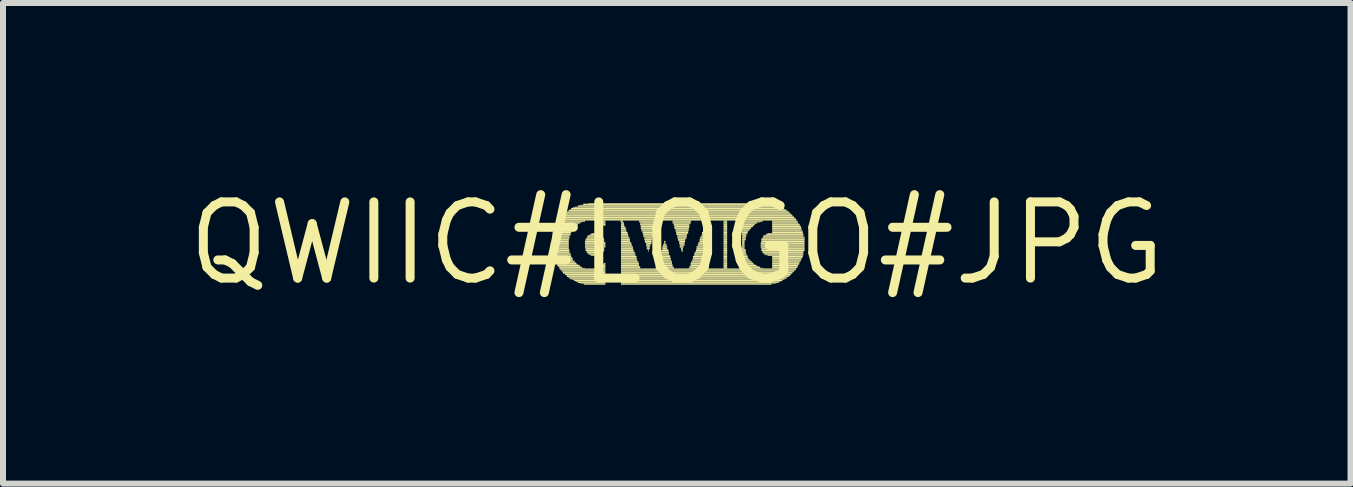
<source format=kicad_pcb>
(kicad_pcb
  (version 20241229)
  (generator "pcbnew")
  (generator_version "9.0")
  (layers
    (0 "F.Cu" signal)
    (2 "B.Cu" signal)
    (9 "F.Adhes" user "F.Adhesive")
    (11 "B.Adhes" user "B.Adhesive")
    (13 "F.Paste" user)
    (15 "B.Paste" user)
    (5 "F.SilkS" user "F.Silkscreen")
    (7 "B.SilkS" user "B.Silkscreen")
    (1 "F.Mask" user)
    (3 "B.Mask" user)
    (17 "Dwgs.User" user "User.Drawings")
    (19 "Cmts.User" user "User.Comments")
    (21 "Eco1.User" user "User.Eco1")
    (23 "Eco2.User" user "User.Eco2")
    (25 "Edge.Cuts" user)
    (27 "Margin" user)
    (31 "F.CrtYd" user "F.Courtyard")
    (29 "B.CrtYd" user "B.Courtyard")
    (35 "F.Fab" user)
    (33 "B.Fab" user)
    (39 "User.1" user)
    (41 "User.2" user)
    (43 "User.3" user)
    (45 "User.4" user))
  (footprint "QWIIC#LOGO#JPG"
    (layer "F.Cu")
    (at 8.232 1.006)
    (property "Reference" "QWIIC#LOGO#JPG" (at 0 0 0) (layer "F.SilkS") (effects (font (size 1.27 1.27) (thickness 0.15))))
    (fp_poly (pts (xy -2.1 0.01) (xy -1.8 0.01) (xy -1.8 -0.01) (xy -2.1 -0.01)) (stroke (width 0) (type solid)) (fill yes) (layer "F.SilkS"))
    (fp_poly (pts (xy -2.1 0.02) (xy -1.8 0.02) (xy -1.8 0.01) (xy -2.1 0.01)) (stroke (width 0) (type solid)) (fill yes) (layer "F.SilkS"))
    (fp_poly (pts (xy -2.1 0.04) (xy -1.8 0.04) (xy -1.8 0.02) (xy -2.1 0.02)) (stroke (width 0) (type solid)) (fill yes) (layer "F.SilkS"))
    (fp_poly (pts (xy -2.08 -0.11) (xy -1.79 -0.11) (xy -1.79 -0.13) (xy -2.08 -0.13)) (stroke (width 0) (type solid)) (fill yes) (layer "F.SilkS"))
    (fp_poly (pts (xy -2.08 -0.1) (xy -1.79 -0.1) (xy -1.79 -0.11) (xy -2.08 -0.11)) (stroke (width 0) (type solid)) (fill yes) (layer "F.SilkS"))
    (fp_poly (pts (xy -2.08 -0.08) (xy -1.79 -0.08) (xy -1.79 -0.1) (xy -2.08 -0.1)) (stroke (width 0) (type solid)) (fill yes) (layer "F.SilkS"))
    (fp_poly (pts (xy -2.08 -0.07) (xy -1.79 -0.07) (xy -1.79 -0.08) (xy -2.08 -0.08)) (stroke (width 0) (type solid)) (fill yes) (layer "F.SilkS"))
    (fp_poly (pts (xy -2.08 -0.05) (xy -1.8 -0.05) (xy -1.8 -0.07) (xy -2.08 -0.07)) (stroke (width 0) (type solid)) (fill yes) (layer "F.SilkS"))
    (fp_poly (pts (xy -2.08 -0.04) (xy -1.8 -0.04) (xy -1.8 -0.05) (xy -2.08 -0.05)) (stroke (width 0) (type solid)) (fill yes) (layer "F.SilkS"))
    (fp_poly (pts (xy -2.08 -0.02) (xy -1.8 -0.02) (xy -1.8 -0.04) (xy -2.08 -0.04)) (stroke (width 0) (type solid)) (fill yes) (layer "F.SilkS"))
    (fp_poly (pts (xy -2.08 -0.01) (xy -1.8 -0.01) (xy -1.8 -0.02) (xy -2.08 -0.02)) (stroke (width 0) (type solid)) (fill yes) (layer "F.SilkS"))
    (fp_poly (pts (xy -2.08 0.05) (xy -1.8 0.05) (xy -1.8 0.04) (xy -2.08 0.04)) (stroke (width 0) (type solid)) (fill yes) (layer "F.SilkS"))
    (fp_poly (pts (xy -2.08 0.07) (xy -1.8 0.07) (xy -1.8 0.05) (xy -2.08 0.05)) (stroke (width 0) (type solid)) (fill yes) (layer "F.SilkS"))
    (fp_poly (pts (xy -2.08 0.08) (xy -1.8 0.08) (xy -1.8 0.07) (xy -2.08 0.07)) (stroke (width 0) (type solid)) (fill yes) (layer "F.SilkS"))
    (fp_poly (pts (xy -2.08 0.1) (xy -1.8 0.1) (xy -1.8 0.08) (xy -2.08 0.08)) (stroke (width 0) (type solid)) (fill yes) (layer "F.SilkS"))
    (fp_poly (pts (xy -2.08 0.11) (xy -1.79 0.11) (xy -1.79 0.1) (xy -2.08 0.1)) (stroke (width 0) (type solid)) (fill yes) (layer "F.SilkS"))
    (fp_poly (pts (xy -2.08 0.13) (xy -1.79 0.13) (xy -1.79 0.11) (xy -2.08 0.11)) (stroke (width 0) (type solid)) (fill yes) (layer "F.SilkS"))
    (fp_poly (pts (xy -2.08 0.14) (xy -1.79 0.14) (xy -1.79 0.13) (xy -2.08 0.13)) (stroke (width 0) (type solid)) (fill yes) (layer "F.SilkS"))
    (fp_poly (pts (xy -2.08 0.16) (xy -1.79 0.16) (xy -1.79 0.14) (xy -2.08 0.14)) (stroke (width 0) (type solid)) (fill yes) (layer "F.SilkS"))
    (fp_poly (pts (xy -2.07 -0.17) (xy -1.76 -0.17) (xy -1.76 -0.19) (xy -2.07 -0.19)) (stroke (width 0) (type solid)) (fill yes) (layer "F.SilkS"))
    (fp_poly (pts (xy -2.07 -0.16) (xy -1.77 -0.16) (xy -1.77 -0.17) (xy -2.07 -0.17)) (stroke (width 0) (type solid)) (fill yes) (layer "F.SilkS"))
    (fp_poly (pts (xy -2.07 -0.14) (xy -1.77 -0.14) (xy -1.77 -0.16) (xy -2.07 -0.16)) (stroke (width 0) (type solid)) (fill yes) (layer "F.SilkS"))
    (fp_poly (pts (xy -2.07 -0.13) (xy -1.77 -0.13) (xy -1.77 -0.14) (xy -2.07 -0.14)) (stroke (width 0) (type solid)) (fill yes) (layer "F.SilkS"))
    (fp_poly (pts (xy -2.07 0.17) (xy -1.77 0.17) (xy -1.77 0.16) (xy -2.07 0.16)) (stroke (width 0) (type solid)) (fill yes) (layer "F.SilkS"))
    (fp_poly (pts (xy -2.07 0.19) (xy -1.77 0.19) (xy -1.77 0.17) (xy -2.07 0.17)) (stroke (width 0) (type solid)) (fill yes) (layer "F.SilkS"))
    (fp_poly (pts (xy -2.07 0.2) (xy -1.77 0.2) (xy -1.77 0.19) (xy -2.07 0.19)) (stroke (width 0) (type solid)) (fill yes) (layer "F.SilkS"))
    (fp_poly (pts (xy -2.07 0.21) (xy -1.76 0.21) (xy -1.76 0.2) (xy -2.07 0.2)) (stroke (width 0) (type solid)) (fill yes) (layer "F.SilkS"))
    (fp_poly (pts (xy -2.05 -0.21) (xy -1.74 -0.21) (xy -1.74 -0.23) (xy -2.05 -0.23)) (stroke (width 0) (type solid)) (fill yes) (layer "F.SilkS"))
    (fp_poly (pts (xy -2.05 -0.2) (xy -1.74 -0.2) (xy -1.74 -0.21) (xy -2.05 -0.21)) (stroke (width 0) (type solid)) (fill yes) (layer "F.SilkS"))
    (fp_poly (pts (xy -2.05 -0.19) (xy -1.76 -0.19) (xy -1.76 -0.2) (xy -2.05 -0.2)) (stroke (width 0) (type solid)) (fill yes) (layer "F.SilkS"))
    (fp_poly (pts (xy -2.05 0.23) (xy -1.76 0.23) (xy -1.76 0.21) (xy -2.05 0.21)) (stroke (width 0) (type solid)) (fill yes) (layer "F.SilkS"))
    (fp_poly (pts (xy -2.05 0.24) (xy -1.74 0.24) (xy -1.74 0.23) (xy -2.05 0.23)) (stroke (width 0) (type solid)) (fill yes) (layer "F.SilkS"))
    (fp_poly (pts (xy -2.05 0.26) (xy -1.74 0.26) (xy -1.74 0.24) (xy -2.05 0.24)) (stroke (width 0) (type solid)) (fill yes) (layer "F.SilkS"))
    (fp_poly (pts (xy -2.04 -0.26) (xy -1.71 -0.26) (xy -1.71 -0.27) (xy -2.04 -0.27)) (stroke (width 0) (type solid)) (fill yes) (layer "F.SilkS"))
    (fp_poly (pts (xy -2.04 -0.24) (xy -1.71 -0.24) (xy -1.71 -0.26) (xy -2.04 -0.26)) (stroke (width 0) (type solid)) (fill yes) (layer "F.SilkS"))
    (fp_poly (pts (xy -2.04 -0.23) (xy -1.73 -0.23) (xy -1.73 -0.24) (xy -2.04 -0.24)) (stroke (width 0) (type solid)) (fill yes) (layer "F.SilkS"))
    (fp_poly (pts (xy -2.04 0.27) (xy -1.73 0.27) (xy -1.73 0.26) (xy -2.04 0.26)) (stroke (width 0) (type solid)) (fill yes) (layer "F.SilkS"))
    (fp_poly (pts (xy -2.04 0.29) (xy -1.73 0.29) (xy -1.73 0.27) (xy -2.04 0.27)) (stroke (width 0) (type solid)) (fill yes) (layer "F.SilkS"))
    (fp_poly (pts (xy -2.02 -0.29) (xy -1.68 -0.29) (xy -1.68 -0.3) (xy -2.02 -0.3)) (stroke (width 0) (type solid)) (fill yes) (layer "F.SilkS"))
    (fp_poly (pts (xy -2.02 -0.27) (xy -1.7 -0.27) (xy -1.7 -0.29) (xy -2.02 -0.29)) (stroke (width 0) (type solid)) (fill yes) (layer "F.SilkS"))
    (fp_poly (pts (xy -2.02 0.3) (xy -1.71 0.3) (xy -1.71 0.29) (xy -2.02 0.29)) (stroke (width 0) (type solid)) (fill yes) (layer "F.SilkS"))
    (fp_poly (pts (xy -2.02 0.32) (xy -1.7 0.32) (xy -1.7 0.3) (xy -2.02 0.3)) (stroke (width 0) (type solid)) (fill yes) (layer "F.SilkS"))
    (fp_poly (pts (xy -2.01 -0.32) (xy -1.64 -0.32) (xy -1.64 -0.33) (xy -2.01 -0.33)) (stroke (width 0) (type solid)) (fill yes) (layer "F.SilkS"))
    (fp_poly (pts (xy -2.01 -0.3) (xy -1.65 -0.3) (xy -1.65 -0.32) (xy -2.01 -0.32)) (stroke (width 0) (type solid)) (fill yes) (layer "F.SilkS"))
    (fp_poly (pts (xy -2.01 0.33) (xy -1.68 0.33) (xy -1.68 0.32) (xy -2.01 0.32)) (stroke (width 0) (type solid)) (fill yes) (layer "F.SilkS"))
    (fp_poly (pts (xy -2.01 0.35) (xy -1.67 0.35) (xy -1.67 0.33) (xy -2.01 0.33)) (stroke (width 0) (type solid)) (fill yes) (layer "F.SilkS"))
    (fp_poly (pts (xy -1.99 -0.33) (xy -1.61 -0.33) (xy -1.61 -0.35) (xy -1.99 -0.35)) (stroke (width 0) (type solid)) (fill yes) (layer "F.SilkS"))
    (fp_poly (pts (xy -1.99 0.36) (xy -1.65 0.36) (xy -1.65 0.35) (xy -1.99 0.35)) (stroke (width 0) (type solid)) (fill yes) (layer "F.SilkS"))
    (fp_poly (pts (xy -1.99 0.38) (xy -1.62 0.38) (xy -1.62 0.36) (xy -1.99 0.36)) (stroke (width 0) (type solid)) (fill yes) (layer "F.SilkS"))
    (fp_poly (pts (xy -1.98 -0.36) (xy -1.53 -0.36) (xy -1.53 -0.38) (xy -1.98 -0.38)) (stroke (width 0) (type solid)) (fill yes) (layer "F.SilkS"))
    (fp_poly (pts (xy -1.98 -0.35) (xy -1.58 -0.35) (xy -1.58 -0.36) (xy -1.98 -0.36)) (stroke (width 0) (type solid)) (fill yes) (layer "F.SilkS"))
    (fp_poly (pts (xy -1.98 0.39) (xy -1.61 0.39) (xy -1.61 0.38) (xy -1.98 0.38)) (stroke (width 0) (type solid)) (fill yes) (layer "F.SilkS"))
    (fp_poly (pts (xy -1.96 -0.38) (xy 1.99 -0.38) (xy 1.99 -0.39) (xy -1.96 -0.39)) (stroke (width 0) (type solid)) (fill yes) (layer "F.SilkS"))
    (fp_poly (pts (xy -1.96 0.41) (xy -1.58 0.41) (xy -1.58 0.39) (xy -1.96 0.39)) (stroke (width 0) (type solid)) (fill yes) (layer "F.SilkS"))
    (fp_poly (pts (xy -1.96 0.42) (xy -1.53 0.42) (xy -1.53 0.41) (xy -1.96 0.41)) (stroke (width 0) (type solid)) (fill yes) (layer "F.SilkS"))
    (fp_poly (pts (xy -1.95 -0.39) (xy 1.99 -0.39) (xy 1.99 -0.41) (xy -1.95 -0.41)) (stroke (width 0) (type solid)) (fill yes) (layer "F.SilkS"))
    (fp_poly (pts (xy -1.95 0.44) (xy -1.19 0.44) (xy -1.19 0.42) (xy -1.95 0.42)) (stroke (width 0) (type solid)) (fill yes) (layer "F.SilkS"))
    (fp_poly (pts (xy -1.93 -0.42) (xy 1.96 -0.42) (xy 1.96 -0.44) (xy -1.93 -0.44)) (stroke (width 0) (type solid)) (fill yes) (layer "F.SilkS"))
    (fp_poly (pts (xy -1.93 -0.41) (xy 1.98 -0.41) (xy 1.98 -0.42) (xy -1.93 -0.42)) (stroke (width 0) (type solid)) (fill yes) (layer "F.SilkS"))
    (fp_poly (pts (xy -1.93 0.45) (xy -1.19 0.45) (xy -1.19 0.44) (xy -1.93 0.44)) (stroke (width 0) (type solid)) (fill yes) (layer "F.SilkS"))
    (fp_poly (pts (xy -1.92 -0.44) (xy 1.95 -0.44) (xy 1.95 -0.45) (xy -1.92 -0.45)) (stroke (width 0) (type solid)) (fill yes) (layer "F.SilkS"))
    (fp_poly (pts (xy -1.92 0.47) (xy -1.19 0.47) (xy -1.19 0.45) (xy -1.92 0.45)) (stroke (width 0) (type solid)) (fill yes) (layer "F.SilkS"))
    (fp_poly (pts (xy -1.9 -0.45) (xy 1.93 -0.45) (xy 1.93 -0.47) (xy -1.9 -0.47)) (stroke (width 0) (type solid)) (fill yes) (layer "F.SilkS"))
    (fp_poly (pts (xy -1.9 0.48) (xy -1.19 0.48) (xy -1.19 0.47) (xy -1.9 0.47)) (stroke (width 0) (type solid)) (fill yes) (layer "F.SilkS"))
    (fp_poly (pts (xy -1.9 0.5) (xy -1.19 0.5) (xy -1.19 0.48) (xy -1.9 0.48)) (stroke (width 0) (type solid)) (fill yes) (layer "F.SilkS"))
    (fp_poly (pts (xy -1.89 -0.47) (xy 1.92 -0.47) (xy 1.92 -0.48) (xy -1.89 -0.48)) (stroke (width 0) (type solid)) (fill yes) (layer "F.SilkS"))
    (fp_poly (pts (xy -1.89 0.51) (xy -1.19 0.51) (xy -1.19 0.5) (xy -1.89 0.5)) (stroke (width 0) (type solid)) (fill yes) (layer "F.SilkS"))
    (fp_poly (pts (xy -1.87 -0.48) (xy 1.9 -0.48) (xy 1.9 -0.5) (xy -1.87 -0.5)) (stroke (width 0) (type solid)) (fill yes) (layer "F.SilkS"))
    (fp_poly (pts (xy -1.86 -0.5) (xy 1.89 -0.5) (xy 1.89 -0.51) (xy -1.86 -0.51)) (stroke (width 0) (type solid)) (fill yes) (layer "F.SilkS"))
    (fp_poly (pts (xy -1.86 0.53) (xy -1.19 0.53) (xy -1.19 0.51) (xy -1.86 0.51)) (stroke (width 0) (type solid)) (fill yes) (layer "F.SilkS"))
    (fp_poly (pts (xy -1.84 0.54) (xy -1.19 0.54) (xy -1.19 0.53) (xy -1.84 0.53)) (stroke (width 0) (type solid)) (fill yes) (layer "F.SilkS"))
    (fp_poly (pts (xy -1.83 -0.51) (xy 1.87 -0.51) (xy 1.87 -0.53) (xy -1.83 -0.53)) (stroke (width 0) (type solid)) (fill yes) (layer "F.SilkS"))
    (fp_poly (pts (xy -1.83 0.56) (xy -1.19 0.56) (xy -1.19 0.54) (xy -1.83 0.54)) (stroke (width 0) (type solid)) (fill yes) (layer "F.SilkS"))
    (fp_poly (pts (xy -1.81 -0.53) (xy 1.86 -0.53) (xy 1.86 -0.54) (xy -1.81 -0.54)) (stroke (width 0) (type solid)) (fill yes) (layer "F.SilkS"))
    (fp_poly (pts (xy -1.81 0.57) (xy -1.19 0.57) (xy -1.19 0.56) (xy -1.81 0.56)) (stroke (width 0) (type solid)) (fill yes) (layer "F.SilkS"))
    (fp_poly (pts (xy -1.8 -0.54) (xy 1.83 -0.54) (xy 1.83 -0.56) (xy -1.8 -0.56)) (stroke (width 0) (type solid)) (fill yes) (layer "F.SilkS"))
    (fp_poly (pts (xy -1.79 0.59) (xy -1.19 0.59) (xy -1.19 0.57) (xy -1.79 0.57)) (stroke (width 0) (type solid)) (fill yes) (layer "F.SilkS"))
    (fp_poly (pts (xy -1.77 -0.56) (xy 1.81 -0.56) (xy 1.81 -0.57) (xy -1.77 -0.57)) (stroke (width 0) (type solid)) (fill yes) (layer "F.SilkS"))
    (fp_poly (pts (xy -1.77 0.6) (xy -1.19 0.6) (xy -1.19 0.59) (xy -1.77 0.59)) (stroke (width 0) (type solid)) (fill yes) (layer "F.SilkS"))
    (fp_poly (pts (xy -1.76 -0.57) (xy 1.79 -0.57) (xy 1.79 -0.59) (xy -1.76 -0.59)) (stroke (width 0) (type solid)) (fill yes) (layer "F.SilkS"))
    (fp_poly (pts (xy -1.74 0.61) (xy -1.19 0.61) (xy -1.19 0.6) (xy -1.74 0.6)) (stroke (width 0) (type solid)) (fill yes) (layer "F.SilkS"))
    (fp_poly (pts (xy -1.73 -0.59) (xy 1.76 -0.59) (xy 1.76 -0.6) (xy -1.73 -0.6)) (stroke (width 0) (type solid)) (fill yes) (layer "F.SilkS"))
    (fp_poly (pts (xy -1.71 0.63) (xy -1.19 0.63) (xy -1.19 0.61) (xy -1.71 0.61)) (stroke (width 0) (type solid)) (fill yes) (layer "F.SilkS"))
    (fp_poly (pts (xy -1.7 -0.6) (xy 1.73 -0.6) (xy 1.73 -0.61) (xy -1.7 -0.61)) (stroke (width 0) (type solid)) (fill yes) (layer "F.SilkS"))
    (fp_poly (pts (xy -1.68 0.64) (xy -1.19 0.64) (xy -1.19 0.63) (xy -1.68 0.63)) (stroke (width 0) (type solid)) (fill yes) (layer "F.SilkS"))
    (fp_poly (pts (xy -1.65 -0.61) (xy 1.7 -0.61) (xy 1.7 -0.63) (xy -1.65 -0.63)) (stroke (width 0) (type solid)) (fill yes) (layer "F.SilkS"))
    (fp_poly (pts (xy -1.65 0.66) (xy -1.19 0.66) (xy -1.19 0.64) (xy -1.65 0.64)) (stroke (width 0) (type solid)) (fill yes) (layer "F.SilkS"))
    (fp_poly (pts (xy -1.62 -0.63) (xy 1.65 -0.63) (xy 1.65 -0.64) (xy -1.62 -0.64)) (stroke (width 0) (type solid)) (fill yes) (layer "F.SilkS"))
    (fp_poly (pts (xy -1.61 0.67) (xy -1.19 0.67) (xy -1.19 0.66) (xy -1.61 0.66)) (stroke (width 0) (type solid)) (fill yes) (layer "F.SilkS"))
    (fp_poly (pts (xy -1.56 -0.64) (xy 1.61 -0.64) (xy 1.61 -0.66) (xy -1.56 -0.66)) (stroke (width 0) (type solid)) (fill yes) (layer "F.SilkS"))
    (fp_poly (pts (xy -1.55 0.69) (xy -1.19 0.69) (xy -1.19 0.67) (xy -1.55 0.67)) (stroke (width 0) (type solid)) (fill yes) (layer "F.SilkS"))
    (fp_poly (pts (xy -1.53 -0.02) (xy -1.21 -0.02) (xy -1.21 -0.04) (xy -1.53 -0.04)) (stroke (width 0) (type solid)) (fill yes) (layer "F.SilkS"))
    (fp_poly (pts (xy -1.53 -0.01) (xy -1.19 -0.01) (xy -1.19 -0.02) (xy -1.53 -0.02)) (stroke (width 0) (type solid)) (fill yes) (layer "F.SilkS"))
    (fp_poly (pts (xy -1.53 0.01) (xy -1.19 0.01) (xy -1.19 -0.01) (xy -1.53 -0.01)) (stroke (width 0) (type solid)) (fill yes) (layer "F.SilkS"))
    (fp_poly (pts (xy -1.53 0.02) (xy -1.19 0.02) (xy -1.19 0.01) (xy -1.53 0.01)) (stroke (width 0) (type solid)) (fill yes) (layer "F.SilkS"))
    (fp_poly (pts (xy -1.53 0.04) (xy -1.19 0.04) (xy -1.19 0.02) (xy -1.53 0.02)) (stroke (width 0) (type solid)) (fill yes) (layer "F.SilkS"))
    (fp_poly (pts (xy -1.53 0.05) (xy -1.19 0.05) (xy -1.19 0.04) (xy -1.53 0.04)) (stroke (width 0) (type solid)) (fill yes) (layer "F.SilkS"))
    (fp_poly (pts (xy -1.53 0.07) (xy -1.19 0.07) (xy -1.19 0.05) (xy -1.53 0.05)) (stroke (width 0) (type solid)) (fill yes) (layer "F.SilkS"))
    (fp_poly (pts (xy -1.53 0.08) (xy -1.21 0.08) (xy -1.21 0.07) (xy -1.53 0.07)) (stroke (width 0) (type solid)) (fill yes) (layer "F.SilkS"))
    (fp_poly (pts (xy -1.52 -0.07) (xy -1.22 -0.07) (xy -1.22 -0.08) (xy -1.52 -0.08)) (stroke (width 0) (type solid)) (fill yes) (layer "F.SilkS"))
    (fp_poly (pts (xy -1.52 -0.05) (xy -1.21 -0.05) (xy -1.21 -0.07) (xy -1.52 -0.07)) (stroke (width 0) (type solid)) (fill yes) (layer "F.SilkS"))
    (fp_poly (pts (xy -1.52 -0.04) (xy -1.21 -0.04) (xy -1.21 -0.05) (xy -1.52 -0.05)) (stroke (width 0) (type solid)) (fill yes) (layer "F.SilkS"))
    (fp_poly (pts (xy -1.52 0.1) (xy -1.21 0.1) (xy -1.21 0.08) (xy -1.52 0.08)) (stroke (width 0) (type solid)) (fill yes) (layer "F.SilkS"))
    (fp_poly (pts (xy -1.52 0.11) (xy -1.21 0.11) (xy -1.21 0.1) (xy -1.52 0.1)) (stroke (width 0) (type solid)) (fill yes) (layer "F.SilkS"))
    (fp_poly (pts (xy -1.52 0.13) (xy -1.21 0.13) (xy -1.21 0.11) (xy -1.52 0.11)) (stroke (width 0) (type solid)) (fill yes) (layer "F.SilkS"))
    (fp_poly (pts (xy -1.5 -0.08) (xy -1.22 -0.08) (xy -1.22 -0.1) (xy -1.5 -0.1)) (stroke (width 0) (type solid)) (fill yes) (layer "F.SilkS"))
    (fp_poly (pts (xy -1.5 0.14) (xy -1.22 0.14) (xy -1.22 0.13) (xy -1.5 0.13)) (stroke (width 0) (type solid)) (fill yes) (layer "F.SilkS"))
    (fp_poly (pts (xy -1.5 0.16) (xy -1.24 0.16) (xy -1.24 0.14) (xy -1.5 0.14)) (stroke (width 0) (type solid)) (fill yes) (layer "F.SilkS"))
    (fp_poly (pts (xy -1.49 -0.11) (xy -1.24 -0.11) (xy -1.24 -0.13) (xy -1.49 -0.13)) (stroke (width 0) (type solid)) (fill yes) (layer "F.SilkS"))
    (fp_poly (pts (xy -1.49 -0.1) (xy -1.24 -0.1) (xy -1.24 -0.11) (xy -1.49 -0.11)) (stroke (width 0) (type solid)) (fill yes) (layer "F.SilkS"))
    (fp_poly (pts (xy -1.49 0.17) (xy -1.24 0.17) (xy -1.24 0.16) (xy -1.49 0.16)) (stroke (width 0) (type solid)) (fill yes) (layer "F.SilkS"))
    (fp_poly (pts (xy -1.47 -0.66) (xy 1.52 -0.66) (xy 1.52 -0.67) (xy -1.47 -0.67)) (stroke (width 0) (type solid)) (fill yes) (layer "F.SilkS"))
    (fp_poly (pts (xy -1.47 -0.13) (xy -1.27 -0.13) (xy -1.27 -0.14) (xy -1.47 -0.14)) (stroke (width 0) (type solid)) (fill yes) (layer "F.SilkS"))
    (fp_poly (pts (xy -1.47 0.19) (xy -1.25 0.19) (xy -1.25 0.17) (xy -1.47 0.17)) (stroke (width 0) (type solid)) (fill yes) (layer "F.SilkS"))
    (fp_poly (pts (xy -1.44 -0.14) (xy -1.28 -0.14) (xy -1.28 -0.16) (xy -1.44 -0.16)) (stroke (width 0) (type solid)) (fill yes) (layer "F.SilkS"))
    (fp_poly (pts (xy -1.44 0.2) (xy -1.28 0.2) (xy -1.28 0.19) (xy -1.44 0.19)) (stroke (width 0) (type solid)) (fill yes) (layer "F.SilkS"))
    (fp_poly (pts (xy -1.43 0.21) (xy -1.3 0.21) (xy -1.3 0.2) (xy -1.43 0.2)) (stroke (width 0) (type solid)) (fill yes) (layer "F.SilkS"))
    (fp_poly (pts (xy -1.41 -0.16) (xy -1.31 -0.16) (xy -1.31 -0.17) (xy -1.41 -0.17)) (stroke (width 0) (type solid)) (fill yes) (layer "F.SilkS"))
    (fp_poly (pts (xy -1.34 -0.36) (xy -1.19 -0.36) (xy -1.19 -0.38) (xy -1.34 -0.38)) (stroke (width 0) (type solid)) (fill yes) (layer "F.SilkS"))
    (fp_poly (pts (xy -1.34 0.42) (xy -1.19 0.42) (xy -1.19 0.41) (xy -1.34 0.41)) (stroke (width 0) (type solid)) (fill yes) (layer "F.SilkS"))
    (fp_poly (pts (xy -1.3 -0.35) (xy -1.19 -0.35) (xy -1.19 -0.36) (xy -1.3 -0.36)) (stroke (width 0) (type solid)) (fill yes) (layer "F.SilkS"))
    (fp_poly (pts (xy -1.3 0.41) (xy -1.19 0.41) (xy -1.19 0.39) (xy -1.3 0.39)) (stroke (width 0) (type solid)) (fill yes) (layer "F.SilkS"))
    (fp_poly (pts (xy -1.27 -0.33) (xy -1.19 -0.33) (xy -1.19 -0.35) (xy -1.27 -0.35)) (stroke (width 0) (type solid)) (fill yes) (layer "F.SilkS"))
    (fp_poly (pts (xy -1.27 0.39) (xy -1.19 0.39) (xy -1.19 0.38) (xy -1.27 0.38)) (stroke (width 0) (type solid)) (fill yes) (layer "F.SilkS"))
    (fp_poly (pts (xy -1.25 -0.32) (xy -1.19 -0.32) (xy -1.19 -0.33) (xy -1.25 -0.33)) (stroke (width 0) (type solid)) (fill yes) (layer "F.SilkS"))
    (fp_poly (pts (xy -1.25 0.38) (xy -1.19 0.38) (xy -1.19 0.36) (xy -1.25 0.36)) (stroke (width 0) (type solid)) (fill yes) (layer "F.SilkS"))
    (fp_poly (pts (xy -1.24 -0.3) (xy -1.19 -0.3) (xy -1.19 -0.32) (xy -1.24 -0.32)) (stroke (width 0) (type solid)) (fill yes) (layer "F.SilkS"))
    (fp_poly (pts (xy -1.24 0.36) (xy -1.19 0.36) (xy -1.19 0.35) (xy -1.24 0.35)) (stroke (width 0) (type solid)) (fill yes) (layer "F.SilkS"))
    (fp_poly (pts (xy -1.22 0.35) (xy -1.19 0.35) (xy -1.19 0.33) (xy -1.22 0.33)) (stroke (width 0) (type solid)) (fill yes) (layer "F.SilkS"))
    (fp_poly (pts (xy -1.21 -0.29) (xy -1.19 -0.29) (xy -1.19 -0.3) (xy -1.21 -0.3)) (stroke (width 0) (type solid)) (fill yes) (layer "F.SilkS"))
    (fp_poly (pts (xy -0.94 -0.36) (xy -0.9 -0.36) (xy -0.9 -0.38) (xy -0.94 -0.38)) (stroke (width 0) (type solid)) (fill yes) (layer "F.SilkS"))
    (fp_poly (pts (xy -0.93 -0.35) (xy -0.9 -0.35) (xy -0.9 -0.36) (xy -0.93 -0.36)) (stroke (width 0) (type solid)) (fill yes) (layer "F.SilkS"))
    (fp_poly (pts (xy -0.93 -0.33) (xy -0.88 -0.33) (xy -0.88 -0.35) (xy -0.93 -0.35)) (stroke (width 0) (type solid)) (fill yes) (layer "F.SilkS"))
    (fp_poly (pts (xy -0.93 -0.32) (xy -0.88 -0.32) (xy -0.88 -0.33) (xy -0.93 -0.33)) (stroke (width 0) (type solid)) (fill yes) (layer "F.SilkS"))
    (fp_poly (pts (xy -0.93 -0.3) (xy -0.88 -0.3) (xy -0.88 -0.32) (xy -0.93 -0.32)) (stroke (width 0) (type solid)) (fill yes) (layer "F.SilkS"))
    (fp_poly (pts (xy -0.93 -0.29) (xy -0.87 -0.29) (xy -0.87 -0.3) (xy -0.93 -0.3)) (stroke (width 0) (type solid)) (fill yes) (layer "F.SilkS"))
    (fp_poly (pts (xy -0.93 -0.27) (xy -0.87 -0.27) (xy -0.87 -0.29) (xy -0.93 -0.29)) (stroke (width 0) (type solid)) (fill yes) (layer "F.SilkS"))
    (fp_poly (pts (xy -0.93 -0.26) (xy -0.85 -0.26) (xy -0.85 -0.27) (xy -0.93 -0.27)) (stroke (width 0) (type solid)) (fill yes) (layer "F.SilkS"))
    (fp_poly (pts (xy -0.93 -0.24) (xy -0.85 -0.24) (xy -0.85 -0.26) (xy -0.93 -0.26)) (stroke (width 0) (type solid)) (fill yes) (layer "F.SilkS"))
    (fp_poly (pts (xy -0.93 -0.23) (xy -0.85 -0.23) (xy -0.85 -0.24) (xy -0.93 -0.24)) (stroke (width 0) (type solid)) (fill yes) (layer "F.SilkS"))
    (fp_poly (pts (xy -0.93 -0.21) (xy -0.84 -0.21) (xy -0.84 -0.23) (xy -0.93 -0.23)) (stroke (width 0) (type solid)) (fill yes) (layer "F.SilkS"))
    (fp_poly (pts (xy -0.93 -0.2) (xy -0.84 -0.2) (xy -0.84 -0.21) (xy -0.93 -0.21)) (stroke (width 0) (type solid)) (fill yes) (layer "F.SilkS"))
    (fp_poly (pts (xy -0.93 -0.19) (xy -0.84 -0.19) (xy -0.84 -0.2) (xy -0.93 -0.2)) (stroke (width 0) (type solid)) (fill yes) (layer "F.SilkS"))
    (fp_poly (pts (xy -0.93 -0.17) (xy -0.82 -0.17) (xy -0.82 -0.19) (xy -0.93 -0.19)) (stroke (width 0) (type solid)) (fill yes) (layer "F.SilkS"))
    (fp_poly (pts (xy -0.93 -0.16) (xy -0.82 -0.16) (xy -0.82 -0.17) (xy -0.93 -0.17)) (stroke (width 0) (type solid)) (fill yes) (layer "F.SilkS"))
    (fp_poly (pts (xy -0.93 -0.14) (xy -0.81 -0.14) (xy -0.81 -0.16) (xy -0.93 -0.16)) (stroke (width 0) (type solid)) (fill yes) (layer "F.SilkS"))
    (fp_poly (pts (xy -0.93 -0.13) (xy -0.81 -0.13) (xy -0.81 -0.14) (xy -0.93 -0.14)) (stroke (width 0) (type solid)) (fill yes) (layer "F.SilkS"))
    (fp_poly (pts (xy -0.93 -0.11) (xy -0.81 -0.11) (xy -0.81 -0.13) (xy -0.93 -0.13)) (stroke (width 0) (type solid)) (fill yes) (layer "F.SilkS"))
    (fp_poly (pts (xy -0.93 -0.1) (xy -0.79 -0.1) (xy -0.79 -0.11) (xy -0.93 -0.11)) (stroke (width 0) (type solid)) (fill yes) (layer "F.SilkS"))
    (fp_poly (pts (xy -0.93 -0.08) (xy -0.79 -0.08) (xy -0.79 -0.1) (xy -0.93 -0.1)) (stroke (width 0) (type solid)) (fill yes) (layer "F.SilkS"))
    (fp_poly (pts (xy -0.93 -0.07) (xy -0.79 -0.07) (xy -0.79 -0.08) (xy -0.93 -0.08)) (stroke (width 0) (type solid)) (fill yes) (layer "F.SilkS"))
    (fp_poly (pts (xy -0.93 -0.05) (xy -0.78 -0.05) (xy -0.78 -0.07) (xy -0.93 -0.07)) (stroke (width 0) (type solid)) (fill yes) (layer "F.SilkS"))
    (fp_poly (pts (xy -0.93 -0.04) (xy -0.78 -0.04) (xy -0.78 -0.05) (xy -0.93 -0.05)) (stroke (width 0) (type solid)) (fill yes) (layer "F.SilkS"))
    (fp_poly (pts (xy -0.93 -0.02) (xy -0.78 -0.02) (xy -0.78 -0.04) (xy -0.93 -0.04)) (stroke (width 0) (type solid)) (fill yes) (layer "F.SilkS"))
    (fp_poly (pts (xy -0.93 -0.01) (xy -0.76 -0.01) (xy -0.76 -0.02) (xy -0.93 -0.02)) (stroke (width 0) (type solid)) (fill yes) (layer "F.SilkS"))
    (fp_poly (pts (xy -0.93 0.01) (xy -0.76 0.01) (xy -0.76 -0.01) (xy -0.93 -0.01)) (stroke (width 0) (type solid)) (fill yes) (layer "F.SilkS"))
    (fp_poly (pts (xy -0.93 0.02) (xy -0.75 0.02) (xy -0.75 0.01) (xy -0.93 0.01)) (stroke (width 0) (type solid)) (fill yes) (layer "F.SilkS"))
    (fp_poly (pts (xy -0.93 0.04) (xy -0.75 0.04) (xy -0.75 0.02) (xy -0.93 0.02)) (stroke (width 0) (type solid)) (fill yes) (layer "F.SilkS"))
    (fp_poly (pts (xy -0.93 0.05) (xy -0.75 0.05) (xy -0.75 0.04) (xy -0.93 0.04)) (stroke (width 0) (type solid)) (fill yes) (layer "F.SilkS"))
    (fp_poly (pts (xy -0.93 0.07) (xy -0.73 0.07) (xy -0.73 0.05) (xy -0.93 0.05)) (stroke (width 0) (type solid)) (fill yes) (layer "F.SilkS"))
    (fp_poly (pts (xy -0.93 0.08) (xy -0.73 0.08) (xy -0.73 0.07) (xy -0.93 0.07)) (stroke (width 0) (type solid)) (fill yes) (layer "F.SilkS"))
    (fp_poly (pts (xy -0.93 0.1) (xy -0.73 0.1) (xy -0.73 0.08) (xy -0.93 0.08)) (stroke (width 0) (type solid)) (fill yes) (layer "F.SilkS"))
    (fp_poly (pts (xy -0.93 0.11) (xy -0.72 0.11) (xy -0.72 0.1) (xy -0.93 0.1)) (stroke (width 0) (type solid)) (fill yes) (layer "F.SilkS"))
    (fp_poly (pts (xy -0.93 0.13) (xy -0.72 0.13) (xy -0.72 0.11) (xy -0.93 0.11)) (stroke (width 0) (type solid)) (fill yes) (layer "F.SilkS"))
    (fp_poly (pts (xy -0.93 0.14) (xy -0.72 0.14) (xy -0.72 0.13) (xy -0.93 0.13)) (stroke (width 0) (type solid)) (fill yes) (layer "F.SilkS"))
    (fp_poly (pts (xy -0.93 0.16) (xy -0.7 0.16) (xy -0.7 0.14) (xy -0.93 0.14)) (stroke (width 0) (type solid)) (fill yes) (layer "F.SilkS"))
    (fp_poly (pts (xy -0.93 0.17) (xy -0.7 0.17) (xy -0.7 0.16) (xy -0.93 0.16)) (stroke (width 0) (type solid)) (fill yes) (layer "F.SilkS"))
    (fp_poly (pts (xy -0.93 0.19) (xy -0.69 0.19) (xy -0.69 0.17) (xy -0.93 0.17)) (stroke (width 0) (type solid)) (fill yes) (layer "F.SilkS"))
    (fp_poly (pts (xy -0.93 0.2) (xy -0.69 0.2) (xy -0.69 0.19) (xy -0.93 0.19)) (stroke (width 0) (type solid)) (fill yes) (layer "F.SilkS"))
    (fp_poly (pts (xy -0.93 0.21) (xy -0.69 0.21) (xy -0.69 0.2) (xy -0.93 0.2)) (stroke (width 0) (type solid)) (fill yes) (layer "F.SilkS"))
    (fp_poly (pts (xy -0.93 0.23) (xy -0.67 0.23) (xy -0.67 0.21) (xy -0.93 0.21)) (stroke (width 0) (type solid)) (fill yes) (layer "F.SilkS"))
    (fp_poly (pts (xy -0.93 0.24) (xy -0.67 0.24) (xy -0.67 0.23) (xy -0.93 0.23)) (stroke (width 0) (type solid)) (fill yes) (layer "F.SilkS"))
    (fp_poly (pts (xy -0.93 0.26) (xy -0.67 0.26) (xy -0.67 0.24) (xy -0.93 0.24)) (stroke (width 0) (type solid)) (fill yes) (layer "F.SilkS"))
    (fp_poly (pts (xy -0.93 0.27) (xy -0.66 0.27) (xy -0.66 0.26) (xy -0.93 0.26)) (stroke (width 0) (type solid)) (fill yes) (layer "F.SilkS"))
    (fp_poly (pts (xy -0.93 0.29) (xy -0.66 0.29) (xy -0.66 0.27) (xy -0.93 0.27)) (stroke (width 0) (type solid)) (fill yes) (layer "F.SilkS"))
    (fp_poly (pts (xy -0.93 0.3) (xy -0.66 0.3) (xy -0.66 0.29) (xy -0.93 0.29)) (stroke (width 0) (type solid)) (fill yes) (layer "F.SilkS"))
    (fp_poly (pts (xy -0.93 0.32) (xy -0.64 0.32) (xy -0.64 0.3) (xy -0.93 0.3)) (stroke (width 0) (type solid)) (fill yes) (layer "F.SilkS"))
    (fp_poly (pts (xy -0.93 0.33) (xy -0.64 0.33) (xy -0.64 0.32) (xy -0.93 0.32)) (stroke (width 0) (type solid)) (fill yes) (layer "F.SilkS"))
    (fp_poly (pts (xy -0.93 0.35) (xy -0.63 0.35) (xy -0.63 0.33) (xy -0.93 0.33)) (stroke (width 0) (type solid)) (fill yes) (layer "F.SilkS"))
    (fp_poly (pts (xy -0.93 0.36) (xy -0.63 0.36) (xy -0.63 0.35) (xy -0.93 0.35)) (stroke (width 0) (type solid)) (fill yes) (layer "F.SilkS"))
    (fp_poly (pts (xy -0.93 0.38) (xy -0.63 0.38) (xy -0.63 0.36) (xy -0.93 0.36)) (stroke (width 0) (type solid)) (fill yes) (layer "F.SilkS"))
    (fp_poly (pts (xy -0.93 0.39) (xy -0.61 0.39) (xy -0.61 0.38) (xy -0.93 0.38)) (stroke (width 0) (type solid)) (fill yes) (layer "F.SilkS"))
    (fp_poly (pts (xy -0.93 0.41) (xy -0.61 0.41) (xy -0.61 0.39) (xy -0.93 0.39)) (stroke (width 0) (type solid)) (fill yes) (layer "F.SilkS"))
    (fp_poly (pts (xy -0.93 0.42) (xy -0.61 0.42) (xy -0.61 0.41) (xy -0.93 0.41)) (stroke (width 0) (type solid)) (fill yes) (layer "F.SilkS"))
    (fp_poly (pts (xy -0.93 0.44) (xy 1.99 0.44) (xy 1.99 0.42) (xy -0.93 0.42)) (stroke (width 0) (type solid)) (fill yes) (layer "F.SilkS"))
    (fp_poly (pts (xy -0.93 0.45) (xy 1.98 0.45) (xy 1.98 0.44) (xy -0.93 0.44)) (stroke (width 0) (type solid)) (fill yes) (layer "F.SilkS"))
    (fp_poly (pts (xy -0.93 0.47) (xy 1.96 0.47) (xy 1.96 0.45) (xy -0.93 0.45)) (stroke (width 0) (type solid)) (fill yes) (layer "F.SilkS"))
    (fp_poly (pts (xy -0.93 0.48) (xy 1.95 0.48) (xy 1.95 0.47) (xy -0.93 0.47)) (stroke (width 0) (type solid)) (fill yes) (layer "F.SilkS"))
    (fp_poly (pts (xy -0.93 0.5) (xy 1.93 0.5) (xy 1.93 0.48) (xy -0.93 0.48)) (stroke (width 0) (type solid)) (fill yes) (layer "F.SilkS"))
    (fp_poly (pts (xy -0.93 0.51) (xy 1.92 0.51) (xy 1.92 0.5) (xy -0.93 0.5)) (stroke (width 0) (type solid)) (fill yes) (layer "F.SilkS"))
    (fp_poly (pts (xy -0.93 0.53) (xy 1.9 0.53) (xy 1.9 0.51) (xy -0.93 0.51)) (stroke (width 0) (type solid)) (fill yes) (layer "F.SilkS"))
    (fp_poly (pts (xy -0.93 0.54) (xy 1.89 0.54) (xy 1.89 0.53) (xy -0.93 0.53)) (stroke (width 0) (type solid)) (fill yes) (layer "F.SilkS"))
    (fp_poly (pts (xy -0.93 0.56) (xy 1.87 0.56) (xy 1.87 0.54) (xy -0.93 0.54)) (stroke (width 0) (type solid)) (fill yes) (layer "F.SilkS"))
    (fp_poly (pts (xy -0.93 0.57) (xy 1.84 0.57) (xy 1.84 0.56) (xy -0.93 0.56)) (stroke (width 0) (type solid)) (fill yes) (layer "F.SilkS"))
    (fp_poly (pts (xy -0.93 0.59) (xy 1.83 0.59) (xy 1.83 0.57) (xy -0.93 0.57)) (stroke (width 0) (type solid)) (fill yes) (layer "F.SilkS"))
    (fp_poly (pts (xy -0.93 0.6) (xy 1.8 0.6) (xy 1.8 0.59) (xy -0.93 0.59)) (stroke (width 0) (type solid)) (fill yes) (layer "F.SilkS"))
    (fp_poly (pts (xy -0.93 0.61) (xy 1.79 0.61) (xy 1.79 0.6) (xy -0.93 0.6)) (stroke (width 0) (type solid)) (fill yes) (layer "F.SilkS"))
    (fp_poly (pts (xy -0.93 0.63) (xy 1.76 0.63) (xy 1.76 0.61) (xy -0.93 0.61)) (stroke (width 0) (type solid)) (fill yes) (layer "F.SilkS"))
    (fp_poly (pts (xy -0.93 0.64) (xy 1.73 0.64) (xy 1.73 0.63) (xy -0.93 0.63)) (stroke (width 0) (type solid)) (fill yes) (layer "F.SilkS"))
    (fp_poly (pts (xy -0.93 0.66) (xy 1.7 0.66) (xy 1.7 0.64) (xy -0.93 0.64)) (stroke (width 0) (type solid)) (fill yes) (layer "F.SilkS"))
    (fp_poly (pts (xy -0.93 0.67) (xy 1.65 0.67) (xy 1.65 0.66) (xy -0.93 0.66)) (stroke (width 0) (type solid)) (fill yes) (layer "F.SilkS"))
    (fp_poly (pts (xy -0.93 0.69) (xy 1.58 0.69) (xy 1.58 0.67) (xy -0.93 0.67)) (stroke (width 0) (type solid)) (fill yes) (layer "F.SilkS"))
    (fp_poly (pts (xy -0.63 -0.36) (xy -0.32 -0.36) (xy -0.32 -0.38) (xy -0.63 -0.38)) (stroke (width 0) (type solid)) (fill yes) (layer "F.SilkS"))
    (fp_poly (pts (xy -0.63 -0.35) (xy -0.32 -0.35) (xy -0.32 -0.36) (xy -0.63 -0.36)) (stroke (width 0) (type solid)) (fill yes) (layer "F.SilkS"))
    (fp_poly (pts (xy -0.61 -0.33) (xy -0.33 -0.33) (xy -0.33 -0.35) (xy -0.61 -0.35)) (stroke (width 0) (type solid)) (fill yes) (layer "F.SilkS"))
    (fp_poly (pts (xy -0.61 -0.32) (xy -0.33 -0.32) (xy -0.33 -0.33) (xy -0.61 -0.33)) (stroke (width 0) (type solid)) (fill yes) (layer "F.SilkS"))
    (fp_poly (pts (xy -0.61 -0.3) (xy -0.33 -0.3) (xy -0.33 -0.32) (xy -0.61 -0.32)) (stroke (width 0) (type solid)) (fill yes) (layer "F.SilkS"))
    (fp_poly (pts (xy -0.6 -0.29) (xy -0.35 -0.29) (xy -0.35 -0.3) (xy -0.6 -0.3)) (stroke (width 0) (type solid)) (fill yes) (layer "F.SilkS"))
    (fp_poly (pts (xy -0.6 -0.27) (xy -0.35 -0.27) (xy -0.35 -0.29) (xy -0.6 -0.29)) (stroke (width 0) (type solid)) (fill yes) (layer "F.SilkS"))
    (fp_poly (pts (xy -0.6 -0.26) (xy -0.35 -0.26) (xy -0.35 -0.27) (xy -0.6 -0.27)) (stroke (width 0) (type solid)) (fill yes) (layer "F.SilkS"))
    (fp_poly (pts (xy -0.6 -0.24) (xy -0.36 -0.24) (xy -0.36 -0.26) (xy -0.6 -0.26)) (stroke (width 0) (type solid)) (fill yes) (layer "F.SilkS"))
    (fp_poly (pts (xy -0.59 -0.23) (xy -0.36 -0.23) (xy -0.36 -0.24) (xy -0.59 -0.24)) (stroke (width 0) (type solid)) (fill yes) (layer "F.SilkS"))
    (fp_poly (pts (xy -0.59 -0.21) (xy -0.36 -0.21) (xy -0.36 -0.23) (xy -0.59 -0.23)) (stroke (width 0) (type solid)) (fill yes) (layer "F.SilkS"))
    (fp_poly (pts (xy -0.59 -0.2) (xy -0.36 -0.2) (xy -0.36 -0.21) (xy -0.59 -0.21)) (stroke (width 0) (type solid)) (fill yes) (layer "F.SilkS"))
    (fp_poly (pts (xy -0.57 -0.19) (xy -0.38 -0.19) (xy -0.38 -0.2) (xy -0.57 -0.2)) (stroke (width 0) (type solid)) (fill yes) (layer "F.SilkS"))
    (fp_poly (pts (xy -0.57 -0.17) (xy -0.38 -0.17) (xy -0.38 -0.19) (xy -0.57 -0.19)) (stroke (width 0) (type solid)) (fill yes) (layer "F.SilkS"))
    (fp_poly (pts (xy -0.57 -0.16) (xy -0.38 -0.16) (xy -0.38 -0.17) (xy -0.57 -0.17)) (stroke (width 0) (type solid)) (fill yes) (layer "F.SilkS"))
    (fp_poly (pts (xy -0.56 -0.14) (xy -0.39 -0.14) (xy -0.39 -0.16) (xy -0.56 -0.16)) (stroke (width 0) (type solid)) (fill yes) (layer "F.SilkS"))
    (fp_poly (pts (xy -0.56 -0.13) (xy -0.39 -0.13) (xy -0.39 -0.14) (xy -0.56 -0.14)) (stroke (width 0) (type solid)) (fill yes) (layer "F.SilkS"))
    (fp_poly (pts (xy -0.56 -0.11) (xy -0.39 -0.11) (xy -0.39 -0.13) (xy -0.56 -0.13)) (stroke (width 0) (type solid)) (fill yes) (layer "F.SilkS"))
    (fp_poly (pts (xy -0.54 -0.1) (xy -0.39 -0.1) (xy -0.39 -0.11) (xy -0.54 -0.11)) (stroke (width 0) (type solid)) (fill yes) (layer "F.SilkS"))
    (fp_poly (pts (xy -0.54 -0.08) (xy -0.41 -0.08) (xy -0.41 -0.1) (xy -0.54 -0.1)) (stroke (width 0) (type solid)) (fill yes) (layer "F.SilkS"))
    (fp_poly (pts (xy -0.54 -0.07) (xy -0.41 -0.07) (xy -0.41 -0.08) (xy -0.54 -0.08)) (stroke (width 0) (type solid)) (fill yes) (layer "F.SilkS"))
    (fp_poly (pts (xy -0.54 -0.05) (xy -0.41 -0.05) (xy -0.41 -0.07) (xy -0.54 -0.07)) (stroke (width 0) (type solid)) (fill yes) (layer "F.SilkS"))
    (fp_poly (pts (xy -0.53 -0.04) (xy -0.42 -0.04) (xy -0.42 -0.05) (xy -0.53 -0.05)) (stroke (width 0) (type solid)) (fill yes) (layer "F.SilkS"))
    (fp_poly (pts (xy -0.53 -0.02) (xy -0.42 -0.02) (xy -0.42 -0.04) (xy -0.53 -0.04)) (stroke (width 0) (type solid)) (fill yes) (layer "F.SilkS"))
    (fp_poly (pts (xy -0.53 -0.01) (xy -0.42 -0.01) (xy -0.42 -0.02) (xy -0.53 -0.02)) (stroke (width 0) (type solid)) (fill yes) (layer "F.SilkS"))
    (fp_poly (pts (xy -0.51 0.01) (xy -0.42 0.01) (xy -0.42 -0.01) (xy -0.51 -0.01)) (stroke (width 0) (type solid)) (fill yes) (layer "F.SilkS"))
    (fp_poly (pts (xy -0.51 0.02) (xy -0.44 0.02) (xy -0.44 0.01) (xy -0.51 0.01)) (stroke (width 0) (type solid)) (fill yes) (layer "F.SilkS"))
    (fp_poly (pts (xy -0.51 0.04) (xy -0.44 0.04) (xy -0.44 0.02) (xy -0.51 0.02)) (stroke (width 0) (type solid)) (fill yes) (layer "F.SilkS"))
    (fp_poly (pts (xy -0.51 0.05) (xy -0.44 0.05) (xy -0.44 0.04) (xy -0.51 0.04)) (stroke (width 0) (type solid)) (fill yes) (layer "F.SilkS"))
    (fp_poly (pts (xy -0.5 0.07) (xy -0.45 0.07) (xy -0.45 0.05) (xy -0.5 0.05)) (stroke (width 0) (type solid)) (fill yes) (layer "F.SilkS"))
    (fp_poly (pts (xy -0.5 0.08) (xy -0.45 0.08) (xy -0.45 0.07) (xy -0.5 0.07)) (stroke (width 0) (type solid)) (fill yes) (layer "F.SilkS"))
    (fp_poly (pts (xy -0.5 0.1) (xy -0.45 0.1) (xy -0.45 0.08) (xy -0.5 0.08)) (stroke (width 0) (type solid)) (fill yes) (layer "F.SilkS"))
    (fp_poly (pts (xy -0.48 0.11) (xy -0.47 0.11) (xy -0.47 0.1) (xy -0.48 0.1)) (stroke (width 0) (type solid)) (fill yes) (layer "F.SilkS"))
    (fp_poly (pts (xy -0.48 0.13) (xy -0.47 0.13) (xy -0.47 0.11) (xy -0.48 0.11)) (stroke (width 0) (type solid)) (fill yes) (layer "F.SilkS"))
    (fp_poly (pts (xy -0.48 0.14) (xy -0.47 0.14) (xy -0.47 0.13) (xy -0.48 0.13)) (stroke (width 0) (type solid)) (fill yes) (layer "F.SilkS"))
    (fp_poly (pts (xy -0.35 0.41) (xy -0.05 0.41) (xy -0.05 0.39) (xy -0.35 0.39)) (stroke (width 0) (type solid)) (fill yes) (layer "F.SilkS"))
    (fp_poly (pts (xy -0.35 0.42) (xy -0.05 0.42) (xy -0.05 0.41) (xy -0.35 0.41)) (stroke (width 0) (type solid)) (fill yes) (layer "F.SilkS"))
    (fp_poly (pts (xy -0.33 0.36) (xy -0.07 0.36) (xy -0.07 0.35) (xy -0.33 0.35)) (stroke (width 0) (type solid)) (fill yes) (layer "F.SilkS"))
    (fp_poly (pts (xy -0.33 0.38) (xy -0.07 0.38) (xy -0.07 0.36) (xy -0.33 0.36)) (stroke (width 0) (type solid)) (fill yes) (layer "F.SilkS"))
    (fp_poly (pts (xy -0.33 0.39) (xy -0.07 0.39) (xy -0.07 0.38) (xy -0.33 0.38)) (stroke (width 0) (type solid)) (fill yes) (layer "F.SilkS"))
    (fp_poly (pts (xy -0.32 0.3) (xy -0.08 0.3) (xy -0.08 0.29) (xy -0.32 0.29)) (stroke (width 0) (type solid)) (fill yes) (layer "F.SilkS"))
    (fp_poly (pts (xy -0.32 0.32) (xy -0.08 0.32) (xy -0.08 0.3) (xy -0.32 0.3)) (stroke (width 0) (type solid)) (fill yes) (layer "F.SilkS"))
    (fp_poly (pts (xy -0.32 0.33) (xy -0.08 0.33) (xy -0.08 0.32) (xy -0.32 0.32)) (stroke (width 0) (type solid)) (fill yes) (layer "F.SilkS"))
    (fp_poly (pts (xy -0.32 0.35) (xy -0.08 0.35) (xy -0.08 0.33) (xy -0.32 0.33)) (stroke (width 0) (type solid)) (fill yes) (layer "F.SilkS"))
    (fp_poly (pts (xy -0.3 0.26) (xy -0.1 0.26) (xy -0.1 0.24) (xy -0.3 0.24)) (stroke (width 0) (type solid)) (fill yes) (layer "F.SilkS"))
    (fp_poly (pts (xy -0.3 0.27) (xy -0.1 0.27) (xy -0.1 0.26) (xy -0.3 0.26)) (stroke (width 0) (type solid)) (fill yes) (layer "F.SilkS"))
    (fp_poly (pts (xy -0.3 0.29) (xy -0.1 0.29) (xy -0.1 0.27) (xy -0.3 0.27)) (stroke (width 0) (type solid)) (fill yes) (layer "F.SilkS"))
    (fp_poly (pts (xy -0.29 0.21) (xy -0.11 0.21) (xy -0.11 0.2) (xy -0.29 0.2)) (stroke (width 0) (type solid)) (fill yes) (layer "F.SilkS"))
    (fp_poly (pts (xy -0.29 0.23) (xy -0.11 0.23) (xy -0.11 0.21) (xy -0.29 0.21)) (stroke (width 0) (type solid)) (fill yes) (layer "F.SilkS"))
    (fp_poly (pts (xy -0.29 0.24) (xy -0.11 0.24) (xy -0.11 0.23) (xy -0.29 0.23)) (stroke (width 0) (type solid)) (fill yes) (layer "F.SilkS"))
    (fp_poly (pts (xy -0.27 0.17) (xy -0.13 0.17) (xy -0.13 0.16) (xy -0.27 0.16)) (stroke (width 0) (type solid)) (fill yes) (layer "F.SilkS"))
    (fp_poly (pts (xy -0.27 0.19) (xy -0.13 0.19) (xy -0.13 0.17) (xy -0.27 0.17)) (stroke (width 0) (type solid)) (fill yes) (layer "F.SilkS"))
    (fp_poly (pts (xy -0.27 0.2) (xy -0.13 0.2) (xy -0.13 0.19) (xy -0.27 0.19)) (stroke (width 0) (type solid)) (fill yes) (layer "F.SilkS"))
    (fp_poly (pts (xy -0.26 0.13) (xy -0.14 0.13) (xy -0.14 0.11) (xy -0.26 0.11)) (stroke (width 0) (type solid)) (fill yes) (layer "F.SilkS"))
    (fp_poly (pts (xy -0.26 0.14) (xy -0.14 0.14) (xy -0.14 0.13) (xy -0.26 0.13)) (stroke (width 0) (type solid)) (fill yes) (layer "F.SilkS"))
    (fp_poly (pts (xy -0.26 0.16) (xy -0.13 0.16) (xy -0.13 0.14) (xy -0.26 0.14)) (stroke (width 0) (type solid)) (fill yes) (layer "F.SilkS"))
    (fp_poly (pts (xy -0.24 0.07) (xy -0.16 0.07) (xy -0.16 0.05) (xy -0.24 0.05)) (stroke (width 0) (type solid)) (fill yes) (layer "F.SilkS"))
    (fp_poly (pts (xy -0.24 0.08) (xy -0.16 0.08) (xy -0.16 0.07) (xy -0.24 0.07)) (stroke (width 0) (type solid)) (fill yes) (layer "F.SilkS"))
    (fp_poly (pts (xy -0.24 0.1) (xy -0.16 0.1) (xy -0.16 0.08) (xy -0.24 0.08)) (stroke (width 0) (type solid)) (fill yes) (layer "F.SilkS"))
    (fp_poly (pts (xy -0.24 0.11) (xy -0.14 0.11) (xy -0.14 0.1) (xy -0.24 0.1)) (stroke (width 0) (type solid)) (fill yes) (layer "F.SilkS"))
    (fp_poly (pts (xy -0.23 0.02) (xy -0.17 0.02) (xy -0.17 0.01) (xy -0.23 0.01)) (stroke (width 0) (type solid)) (fill yes) (layer "F.SilkS"))
    (fp_poly (pts (xy -0.23 0.04) (xy -0.17 0.04) (xy -0.17 0.02) (xy -0.23 0.02)) (stroke (width 0) (type solid)) (fill yes) (layer "F.SilkS"))
    (fp_poly (pts (xy -0.23 0.05) (xy -0.17 0.05) (xy -0.17 0.04) (xy -0.23 0.04)) (stroke (width 0) (type solid)) (fill yes) (layer "F.SilkS"))
    (fp_poly (pts (xy -0.21 -0.02) (xy -0.19 -0.02) (xy -0.19 -0.04) (xy -0.21 -0.04)) (stroke (width 0) (type solid)) (fill yes) (layer "F.SilkS"))
    (fp_poly (pts (xy -0.21 -0.01) (xy -0.19 -0.01) (xy -0.19 -0.02) (xy -0.21 -0.02)) (stroke (width 0) (type solid)) (fill yes) (layer "F.SilkS"))
    (fp_poly (pts (xy -0.21 0.01) (xy -0.19 0.01) (xy -0.19 -0.01) (xy -0.21 -0.01)) (stroke (width 0) (type solid)) (fill yes) (layer "F.SilkS"))
    (fp_poly (pts (xy -0.07 -0.36) (xy 0.24 -0.36) (xy 0.24 -0.38) (xy -0.07 -0.38)) (stroke (width 0) (type solid)) (fill yes) (layer "F.SilkS"))
    (fp_poly (pts (xy -0.07 -0.35) (xy 0.23 -0.35) (xy 0.23 -0.36) (xy -0.07 -0.36)) (stroke (width 0) (type solid)) (fill yes) (layer "F.SilkS"))
    (fp_poly (pts (xy -0.07 -0.33) (xy 0.23 -0.33) (xy 0.23 -0.35) (xy -0.07 -0.35)) (stroke (width 0) (type solid)) (fill yes) (layer "F.SilkS"))
    (fp_poly (pts (xy -0.05 -0.32) (xy 0.23 -0.32) (xy 0.23 -0.33) (xy -0.05 -0.33)) (stroke (width 0) (type solid)) (fill yes) (layer "F.SilkS"))
    (fp_poly (pts (xy -0.05 -0.3) (xy 0.21 -0.3) (xy 0.21 -0.32) (xy -0.05 -0.32)) (stroke (width 0) (type solid)) (fill yes) (layer "F.SilkS"))
    (fp_poly (pts (xy -0.05 -0.29) (xy 0.21 -0.29) (xy 0.21 -0.3) (xy -0.05 -0.3)) (stroke (width 0) (type solid)) (fill yes) (layer "F.SilkS"))
    (fp_poly (pts (xy -0.04 -0.27) (xy 0.21 -0.27) (xy 0.21 -0.29) (xy -0.04 -0.29)) (stroke (width 0) (type solid)) (fill yes) (layer "F.SilkS"))
    (fp_poly (pts (xy -0.04 -0.26) (xy 0.21 -0.26) (xy 0.21 -0.27) (xy -0.04 -0.27)) (stroke (width 0) (type solid)) (fill yes) (layer "F.SilkS"))
    (fp_poly (pts (xy -0.04 -0.24) (xy 0.2 -0.24) (xy 0.2 -0.26) (xy -0.04 -0.26)) (stroke (width 0) (type solid)) (fill yes) (layer "F.SilkS"))
    (fp_poly (pts (xy -0.02 -0.23) (xy 0.2 -0.23) (xy 0.2 -0.24) (xy -0.02 -0.24)) (stroke (width 0) (type solid)) (fill yes) (layer "F.SilkS"))
    (fp_poly (pts (xy -0.02 -0.21) (xy 0.2 -0.21) (xy 0.2 -0.23) (xy -0.02 -0.23)) (stroke (width 0) (type solid)) (fill yes) (layer "F.SilkS"))
    (fp_poly (pts (xy -0.02 -0.2) (xy 0.19 -0.2) (xy 0.19 -0.21) (xy -0.02 -0.21)) (stroke (width 0) (type solid)) (fill yes) (layer "F.SilkS"))
    (fp_poly (pts (xy -0.02 -0.19) (xy 0.19 -0.19) (xy 0.19 -0.2) (xy -0.02 -0.2)) (stroke (width 0) (type solid)) (fill yes) (layer "F.SilkS"))
    (fp_poly (pts (xy -0.01 -0.17) (xy 0.19 -0.17) (xy 0.19 -0.19) (xy -0.01 -0.19)) (stroke (width 0) (type solid)) (fill yes) (layer "F.SilkS"))
    (fp_poly (pts (xy -0.01 -0.16) (xy 0.19 -0.16) (xy 0.19 -0.17) (xy -0.01 -0.17)) (stroke (width 0) (type solid)) (fill yes) (layer "F.SilkS"))
    (fp_poly (pts (xy -0.01 -0.14) (xy 0.17 -0.14) (xy 0.17 -0.16) (xy -0.01 -0.16)) (stroke (width 0) (type solid)) (fill yes) (layer "F.SilkS"))
    (fp_poly (pts (xy 0.01 -0.13) (xy 0.17 -0.13) (xy 0.17 -0.14) (xy 0.01 -0.14)) (stroke (width 0) (type solid)) (fill yes) (layer "F.SilkS"))
    (fp_poly (pts (xy 0.01 -0.11) (xy 0.17 -0.11) (xy 0.17 -0.13) (xy 0.01 -0.13)) (stroke (width 0) (type solid)) (fill yes) (layer "F.SilkS"))
    (fp_poly (pts (xy 0.01 -0.1) (xy 0.16 -0.1) (xy 0.16 -0.11) (xy 0.01 -0.11)) (stroke (width 0) (type solid)) (fill yes) (layer "F.SilkS"))
    (fp_poly (pts (xy 0.01 -0.08) (xy 0.16 -0.08) (xy 0.16 -0.1) (xy 0.01 -0.1)) (stroke (width 0) (type solid)) (fill yes) (layer "F.SilkS"))
    (fp_poly (pts (xy 0.02 -0.07) (xy 0.16 -0.07) (xy 0.16 -0.08) (xy 0.02 -0.08)) (stroke (width 0) (type solid)) (fill yes) (layer "F.SilkS"))
    (fp_poly (pts (xy 0.02 -0.05) (xy 0.14 -0.05) (xy 0.14 -0.07) (xy 0.02 -0.07)) (stroke (width 0) (type solid)) (fill yes) (layer "F.SilkS"))
    (fp_poly (pts (xy 0.02 -0.04) (xy 0.14 -0.04) (xy 0.14 -0.05) (xy 0.02 -0.05)) (stroke (width 0) (type solid)) (fill yes) (layer "F.SilkS"))
    (fp_poly (pts (xy 0.04 -0.02) (xy 0.14 -0.02) (xy 0.14 -0.04) (xy 0.04 -0.04)) (stroke (width 0) (type solid)) (fill yes) (layer "F.SilkS"))
    (fp_poly (pts (xy 0.04 -0.01) (xy 0.13 -0.01) (xy 0.13 -0.02) (xy 0.04 -0.02)) (stroke (width 0) (type solid)) (fill yes) (layer "F.SilkS"))
    (fp_poly (pts (xy 0.04 0.01) (xy 0.13 0.01) (xy 0.13 -0.01) (xy 0.04 -0.01)) (stroke (width 0) (type solid)) (fill yes) (layer "F.SilkS"))
    (fp_poly (pts (xy 0.05 0.02) (xy 0.13 0.02) (xy 0.13 0.01) (xy 0.05 0.01)) (stroke (width 0) (type solid)) (fill yes) (layer "F.SilkS"))
    (fp_poly (pts (xy 0.05 0.04) (xy 0.13 0.04) (xy 0.13 0.02) (xy 0.05 0.02)) (stroke (width 0) (type solid)) (fill yes) (layer "F.SilkS"))
    (fp_poly (pts (xy 0.05 0.05) (xy 0.11 0.05) (xy 0.11 0.04) (xy 0.05 0.04)) (stroke (width 0) (type solid)) (fill yes) (layer "F.SilkS"))
    (fp_poly (pts (xy 0.05 0.07) (xy 0.11 0.07) (xy 0.11 0.05) (xy 0.05 0.05)) (stroke (width 0) (type solid)) (fill yes) (layer "F.SilkS"))
    (fp_poly (pts (xy 0.07 0.08) (xy 0.11 0.08) (xy 0.11 0.07) (xy 0.07 0.07)) (stroke (width 0) (type solid)) (fill yes) (layer "F.SilkS"))
    (fp_poly (pts (xy 0.07 0.1) (xy 0.1 0.1) (xy 0.1 0.08) (xy 0.07 0.08)) (stroke (width 0) (type solid)) (fill yes) (layer "F.SilkS"))
    (fp_poly (pts (xy 0.07 0.11) (xy 0.1 0.11) (xy 0.1 0.1) (xy 0.07 0.1)) (stroke (width 0) (type solid)) (fill yes) (layer "F.SilkS"))
    (fp_poly (pts (xy 0.08 0.13) (xy 0.1 0.13) (xy 0.1 0.11) (xy 0.08 0.11)) (stroke (width 0) (type solid)) (fill yes) (layer "F.SilkS"))
    (fp_poly (pts (xy 0.08 0.14) (xy 0.1 0.14) (xy 0.1 0.13) (xy 0.08 0.13)) (stroke (width 0) (type solid)) (fill yes) (layer "F.SilkS"))
    (fp_poly (pts (xy 0.2 0.42) (xy 0.53 0.42) (xy 0.53 0.41) (xy 0.2 0.41)) (stroke (width 0) (type solid)) (fill yes) (layer "F.SilkS"))
    (fp_poly (pts (xy 0.21 0.39) (xy 0.53 0.39) (xy 0.53 0.38) (xy 0.21 0.38)) (stroke (width 0) (type solid)) (fill yes) (layer "F.SilkS"))
    (fp_poly (pts (xy 0.21 0.41) (xy 0.53 0.41) (xy 0.53 0.39) (xy 0.21 0.39)) (stroke (width 0) (type solid)) (fill yes) (layer "F.SilkS"))
    (fp_poly (pts (xy 0.23 0.35) (xy 0.53 0.35) (xy 0.53 0.33) (xy 0.23 0.33)) (stroke (width 0) (type solid)) (fill yes) (layer "F.SilkS"))
    (fp_poly (pts (xy 0.23 0.36) (xy 0.53 0.36) (xy 0.53 0.35) (xy 0.23 0.35)) (stroke (width 0) (type solid)) (fill yes) (layer "F.SilkS"))
    (fp_poly (pts (xy 0.23 0.38) (xy 0.53 0.38) (xy 0.53 0.36) (xy 0.23 0.36)) (stroke (width 0) (type solid)) (fill yes) (layer "F.SilkS"))
    (fp_poly (pts (xy 0.24 0.32) (xy 0.53 0.32) (xy 0.53 0.3) (xy 0.24 0.3)) (stroke (width 0) (type solid)) (fill yes) (layer "F.SilkS"))
    (fp_poly (pts (xy 0.24 0.33) (xy 0.53 0.33) (xy 0.53 0.32) (xy 0.24 0.32)) (stroke (width 0) (type solid)) (fill yes) (layer "F.SilkS"))
    (fp_poly (pts (xy 0.26 0.27) (xy 0.53 0.27) (xy 0.53 0.26) (xy 0.26 0.26)) (stroke (width 0) (type solid)) (fill yes) (layer "F.SilkS"))
    (fp_poly (pts (xy 0.26 0.29) (xy 0.53 0.29) (xy 0.53 0.27) (xy 0.26 0.27)) (stroke (width 0) (type solid)) (fill yes) (layer "F.SilkS"))
    (fp_poly (pts (xy 0.26 0.3) (xy 0.53 0.3) (xy 0.53 0.29) (xy 0.26 0.29)) (stroke (width 0) (type solid)) (fill yes) (layer "F.SilkS"))
    (fp_poly (pts (xy 0.27 0.23) (xy 0.53 0.23) (xy 0.53 0.21) (xy 0.27 0.21)) (stroke (width 0) (type solid)) (fill yes) (layer "F.SilkS"))
    (fp_poly (pts (xy 0.27 0.24) (xy 0.53 0.24) (xy 0.53 0.23) (xy 0.27 0.23)) (stroke (width 0) (type solid)) (fill yes) (layer "F.SilkS"))
    (fp_poly (pts (xy 0.27 0.26) (xy 0.53 0.26) (xy 0.53 0.24) (xy 0.27 0.24)) (stroke (width 0) (type solid)) (fill yes) (layer "F.SilkS"))
    (fp_poly (pts (xy 0.29 0.19) (xy 0.53 0.19) (xy 0.53 0.17) (xy 0.29 0.17)) (stroke (width 0) (type solid)) (fill yes) (layer "F.SilkS"))
    (fp_poly (pts (xy 0.29 0.2) (xy 0.53 0.2) (xy 0.53 0.19) (xy 0.29 0.19)) (stroke (width 0) (type solid)) (fill yes) (layer "F.SilkS"))
    (fp_poly (pts (xy 0.29 0.21) (xy 0.53 0.21) (xy 0.53 0.2) (xy 0.29 0.2)) (stroke (width 0) (type solid)) (fill yes) (layer "F.SilkS"))
    (fp_poly (pts (xy 0.3 0.16) (xy 0.53 0.16) (xy 0.53 0.14) (xy 0.3 0.14)) (stroke (width 0) (type solid)) (fill yes) (layer "F.SilkS"))
    (fp_poly (pts (xy 0.3 0.17) (xy 0.53 0.17) (xy 0.53 0.16) (xy 0.3 0.16)) (stroke (width 0) (type solid)) (fill yes) (layer "F.SilkS"))
    (fp_poly (pts (xy 0.32 0.11) (xy 0.53 0.11) (xy 0.53 0.1) (xy 0.32 0.1)) (stroke (width 0) (type solid)) (fill yes) (layer "F.SilkS"))
    (fp_poly (pts (xy 0.32 0.13) (xy 0.53 0.13) (xy 0.53 0.11) (xy 0.32 0.11)) (stroke (width 0) (type solid)) (fill yes) (layer "F.SilkS"))
    (fp_poly (pts (xy 0.32 0.14) (xy 0.53 0.14) (xy 0.53 0.13) (xy 0.32 0.13)) (stroke (width 0) (type solid)) (fill yes) (layer "F.SilkS"))
    (fp_poly (pts (xy 0.33 0.07) (xy 0.53 0.07) (xy 0.53 0.05) (xy 0.33 0.05)) (stroke (width 0) (type solid)) (fill yes) (layer "F.SilkS"))
    (fp_poly (pts (xy 0.33 0.08) (xy 0.53 0.08) (xy 0.53 0.07) (xy 0.33 0.07)) (stroke (width 0) (type solid)) (fill yes) (layer "F.SilkS"))
    (fp_poly (pts (xy 0.33 0.1) (xy 0.53 0.1) (xy 0.53 0.08) (xy 0.33 0.08)) (stroke (width 0) (type solid)) (fill yes) (layer "F.SilkS"))
    (fp_poly (pts (xy 0.35 0.02) (xy 0.53 0.02) (xy 0.53 0.01) (xy 0.35 0.01)) (stroke (width 0) (type solid)) (fill yes) (layer "F.SilkS"))
    (fp_poly (pts (xy 0.35 0.04) (xy 0.53 0.04) (xy 0.53 0.02) (xy 0.35 0.02)) (stroke (width 0) (type solid)) (fill yes) (layer "F.SilkS"))
    (fp_poly (pts (xy 0.35 0.05) (xy 0.53 0.05) (xy 0.53 0.04) (xy 0.35 0.04)) (stroke (width 0) (type solid)) (fill yes) (layer "F.SilkS"))
    (fp_poly (pts (xy 0.36 -0.01) (xy 0.53 -0.01) (xy 0.53 -0.02) (xy 0.36 -0.02)) (stroke (width 0) (type solid)) (fill yes) (layer "F.SilkS"))
    (fp_poly (pts (xy 0.36 0.01) (xy 0.53 0.01) (xy 0.53 -0.01) (xy 0.36 -0.01)) (stroke (width 0) (type solid)) (fill yes) (layer "F.SilkS"))
    (fp_poly (pts (xy 0.38 -0.05) (xy 0.53 -0.05) (xy 0.53 -0.07) (xy 0.38 -0.07)) (stroke (width 0) (type solid)) (fill yes) (layer "F.SilkS"))
    (fp_poly (pts (xy 0.38 -0.04) (xy 0.53 -0.04) (xy 0.53 -0.05) (xy 0.38 -0.05)) (stroke (width 0) (type solid)) (fill yes) (layer "F.SilkS"))
    (fp_poly (pts (xy 0.38 -0.02) (xy 0.53 -0.02) (xy 0.53 -0.04) (xy 0.38 -0.04)) (stroke (width 0) (type solid)) (fill yes) (layer "F.SilkS"))
    (fp_poly (pts (xy 0.39 -0.1) (xy 0.53 -0.1) (xy 0.53 -0.11) (xy 0.39 -0.11)) (stroke (width 0) (type solid)) (fill yes) (layer "F.SilkS"))
    (fp_poly (pts (xy 0.39 -0.08) (xy 0.53 -0.08) (xy 0.53 -0.1) (xy 0.39 -0.1)) (stroke (width 0) (type solid)) (fill yes) (layer "F.SilkS"))
    (fp_poly (pts (xy 0.39 -0.07) (xy 0.53 -0.07) (xy 0.53 -0.08) (xy 0.39 -0.08)) (stroke (width 0) (type solid)) (fill yes) (layer "F.SilkS"))
    (fp_poly (pts (xy 0.41 -0.13) (xy 0.53 -0.13) (xy 0.53 -0.14) (xy 0.41 -0.14)) (stroke (width 0) (type solid)) (fill yes) (layer "F.SilkS"))
    (fp_poly (pts (xy 0.41 -0.11) (xy 0.53 -0.11) (xy 0.53 -0.13) (xy 0.41 -0.13)) (stroke (width 0) (type solid)) (fill yes) (layer "F.SilkS"))
    (fp_poly (pts (xy 0.42 -0.17) (xy 0.53 -0.17) (xy 0.53 -0.19) (xy 0.42 -0.19)) (stroke (width 0) (type solid)) (fill yes) (layer "F.SilkS"))
    (fp_poly (pts (xy 0.42 -0.16) (xy 0.53 -0.16) (xy 0.53 -0.17) (xy 0.42 -0.17)) (stroke (width 0) (type solid)) (fill yes) (layer "F.SilkS"))
    (fp_poly (pts (xy 0.42 -0.14) (xy 0.53 -0.14) (xy 0.53 -0.16) (xy 0.42 -0.16)) (stroke (width 0) (type solid)) (fill yes) (layer "F.SilkS"))
    (fp_poly (pts (xy 0.44 -0.21) (xy 0.53 -0.21) (xy 0.53 -0.23) (xy 0.44 -0.23)) (stroke (width 0) (type solid)) (fill yes) (layer "F.SilkS"))
    (fp_poly (pts (xy 0.44 -0.2) (xy 0.53 -0.2) (xy 0.53 -0.21) (xy 0.44 -0.21)) (stroke (width 0) (type solid)) (fill yes) (layer "F.SilkS"))
    (fp_poly (pts (xy 0.44 -0.19) (xy 0.53 -0.19) (xy 0.53 -0.2) (xy 0.44 -0.2)) (stroke (width 0) (type solid)) (fill yes) (layer "F.SilkS"))
    (fp_poly (pts (xy 0.45 -0.26) (xy 0.53 -0.26) (xy 0.53 -0.27) (xy 0.45 -0.27)) (stroke (width 0) (type solid)) (fill yes) (layer "F.SilkS"))
    (fp_poly (pts (xy 0.45 -0.24) (xy 0.53 -0.24) (xy 0.53 -0.26) (xy 0.45 -0.26)) (stroke (width 0) (type solid)) (fill yes) (layer "F.SilkS"))
    (fp_poly (pts (xy 0.45 -0.23) (xy 0.53 -0.23) (xy 0.53 -0.24) (xy 0.45 -0.24)) (stroke (width 0) (type solid)) (fill yes) (layer "F.SilkS"))
    (fp_poly (pts (xy 0.47 -0.29) (xy 0.53 -0.29) (xy 0.53 -0.3) (xy 0.47 -0.3)) (stroke (width 0) (type solid)) (fill yes) (layer "F.SilkS"))
    (fp_poly (pts (xy 0.47 -0.27) (xy 0.53 -0.27) (xy 0.53 -0.29) (xy 0.47 -0.29)) (stroke (width 0) (type solid)) (fill yes) (layer "F.SilkS"))
    (fp_poly (pts (xy 0.48 -0.33) (xy 0.53 -0.33) (xy 0.53 -0.35) (xy 0.48 -0.35)) (stroke (width 0) (type solid)) (fill yes) (layer "F.SilkS"))
    (fp_poly (pts (xy 0.48 -0.32) (xy 0.53 -0.32) (xy 0.53 -0.33) (xy 0.48 -0.33)) (stroke (width 0) (type solid)) (fill yes) (layer "F.SilkS"))
    (fp_poly (pts (xy 0.48 -0.3) (xy 0.53 -0.3) (xy 0.53 -0.32) (xy 0.48 -0.32)) (stroke (width 0) (type solid)) (fill yes) (layer "F.SilkS"))
    (fp_poly (pts (xy 0.5 -0.36) (xy 0.53 -0.36) (xy 0.53 -0.38) (xy 0.5 -0.38)) (stroke (width 0) (type solid)) (fill yes) (layer "F.SilkS"))
    (fp_poly (pts (xy 0.5 -0.35) (xy 0.53 -0.35) (xy 0.53 -0.36) (xy 0.5 -0.36)) (stroke (width 0) (type solid)) (fill yes) (layer "F.SilkS"))
    (fp_poly (pts (xy 0.78 -0.36) (xy 0.84 -0.36) (xy 0.84 -0.38) (xy 0.78 -0.38)) (stroke (width 0) (type solid)) (fill yes) (layer "F.SilkS"))
    (fp_poly (pts (xy 0.78 -0.35) (xy 0.84 -0.35) (xy 0.84 -0.36) (xy 0.78 -0.36)) (stroke (width 0) (type solid)) (fill yes) (layer "F.SilkS"))
    (fp_poly (pts (xy 0.78 -0.33) (xy 0.84 -0.33) (xy 0.84 -0.35) (xy 0.78 -0.35)) (stroke (width 0) (type solid)) (fill yes) (layer "F.SilkS"))
    (fp_poly (pts (xy 0.78 -0.32) (xy 0.84 -0.32) (xy 0.84 -0.33) (xy 0.78 -0.33)) (stroke (width 0) (type solid)) (fill yes) (layer "F.SilkS"))
    (fp_poly (pts (xy 0.78 -0.3) (xy 0.84 -0.3) (xy 0.84 -0.32) (xy 0.78 -0.32)) (stroke (width 0) (type solid)) (fill yes) (layer "F.SilkS"))
    (fp_poly (pts (xy 0.78 -0.29) (xy 0.84 -0.29) (xy 0.84 -0.3) (xy 0.78 -0.3)) (stroke (width 0) (type solid)) (fill yes) (layer "F.SilkS"))
    (fp_poly (pts (xy 0.78 -0.27) (xy 0.84 -0.27) (xy 0.84 -0.29) (xy 0.78 -0.29)) (stroke (width 0) (type solid)) (fill yes) (layer "F.SilkS"))
    (fp_poly (pts (xy 0.78 -0.26) (xy 0.84 -0.26) (xy 0.84 -0.27) (xy 0.78 -0.27)) (stroke (width 0) (type solid)) (fill yes) (layer "F.SilkS"))
    (fp_poly (pts (xy 0.78 -0.24) (xy 0.84 -0.24) (xy 0.84 -0.26) (xy 0.78 -0.26)) (stroke (width 0) (type solid)) (fill yes) (layer "F.SilkS"))
    (fp_poly (pts (xy 0.78 -0.23) (xy 0.84 -0.23) (xy 0.84 -0.24) (xy 0.78 -0.24)) (stroke (width 0) (type solid)) (fill yes) (layer "F.SilkS"))
    (fp_poly (pts (xy 0.78 -0.21) (xy 0.84 -0.21) (xy 0.84 -0.23) (xy 0.78 -0.23)) (stroke (width 0) (type solid)) (fill yes) (layer "F.SilkS"))
    (fp_poly (pts (xy 0.78 -0.2) (xy 0.84 -0.2) (xy 0.84 -0.21) (xy 0.78 -0.21)) (stroke (width 0) (type solid)) (fill yes) (layer "F.SilkS"))
    (fp_poly (pts (xy 0.78 -0.19) (xy 0.84 -0.19) (xy 0.84 -0.2) (xy 0.78 -0.2)) (stroke (width 0) (type solid)) (fill yes) (layer "F.SilkS"))
    (fp_poly (pts (xy 0.78 -0.17) (xy 0.84 -0.17) (xy 0.84 -0.19) (xy 0.78 -0.19)) (stroke (width 0) (type solid)) (fill yes) (layer "F.SilkS"))
    (fp_poly (pts (xy 0.78 -0.16) (xy 0.84 -0.16) (xy 0.84 -0.17) (xy 0.78 -0.17)) (stroke (width 0) (type solid)) (fill yes) (layer "F.SilkS"))
    (fp_poly (pts (xy 0.78 -0.14) (xy 0.84 -0.14) (xy 0.84 -0.16) (xy 0.78 -0.16)) (stroke (width 0) (type solid)) (fill yes) (layer "F.SilkS"))
    (fp_poly (pts (xy 0.78 -0.13) (xy 0.84 -0.13) (xy 0.84 -0.14) (xy 0.78 -0.14)) (stroke (width 0) (type solid)) (fill yes) (layer "F.SilkS"))
    (fp_poly (pts (xy 0.78 -0.11) (xy 0.84 -0.11) (xy 0.84 -0.13) (xy 0.78 -0.13)) (stroke (width 0) (type solid)) (fill yes) (layer "F.SilkS"))
    (fp_poly (pts (xy 0.78 -0.1) (xy 0.84 -0.1) (xy 0.84 -0.11) (xy 0.78 -0.11)) (stroke (width 0) (type solid)) (fill yes) (layer "F.SilkS"))
    (fp_poly (pts (xy 0.78 -0.08) (xy 0.84 -0.08) (xy 0.84 -0.1) (xy 0.78 -0.1)) (stroke (width 0) (type solid)) (fill yes) (layer "F.SilkS"))
    (fp_poly (pts (xy 0.78 -0.07) (xy 0.84 -0.07) (xy 0.84 -0.08) (xy 0.78 -0.08)) (stroke (width 0) (type solid)) (fill yes) (layer "F.SilkS"))
    (fp_poly (pts (xy 0.78 -0.05) (xy 0.84 -0.05) (xy 0.84 -0.07) (xy 0.78 -0.07)) (stroke (width 0) (type solid)) (fill yes) (layer "F.SilkS"))
    (fp_poly (pts (xy 0.78 -0.04) (xy 0.84 -0.04) (xy 0.84 -0.05) (xy 0.78 -0.05)) (stroke (width 0) (type solid)) (fill yes) (layer "F.SilkS"))
    (fp_poly (pts (xy 0.78 -0.02) (xy 0.84 -0.02) (xy 0.84 -0.04) (xy 0.78 -0.04)) (stroke (width 0) (type solid)) (fill yes) (layer "F.SilkS"))
    (fp_poly (pts (xy 0.78 -0.01) (xy 0.84 -0.01) (xy 0.84 -0.02) (xy 0.78 -0.02)) (stroke (width 0) (type solid)) (fill yes) (layer "F.SilkS"))
    (fp_poly (pts (xy 0.78 0.01) (xy 0.84 0.01) (xy 0.84 -0.01) (xy 0.78 -0.01)) (stroke (width 0) (type solid)) (fill yes) (layer "F.SilkS"))
    (fp_poly (pts (xy 0.78 0.02) (xy 0.84 0.02) (xy 0.84 0.01) (xy 0.78 0.01)) (stroke (width 0) (type solid)) (fill yes) (layer "F.SilkS"))
    (fp_poly (pts (xy 0.78 0.04) (xy 0.84 0.04) (xy 0.84 0.02) (xy 0.78 0.02)) (stroke (width 0) (type solid)) (fill yes) (layer "F.SilkS"))
    (fp_poly (pts (xy 0.78 0.05) (xy 0.84 0.05) (xy 0.84 0.04) (xy 0.78 0.04)) (stroke (width 0) (type solid)) (fill yes) (layer "F.SilkS"))
    (fp_poly (pts (xy 0.78 0.07) (xy 0.84 0.07) (xy 0.84 0.05) (xy 0.78 0.05)) (stroke (width 0) (type solid)) (fill yes) (layer "F.SilkS"))
    (fp_poly (pts (xy 0.78 0.08) (xy 0.84 0.08) (xy 0.84 0.07) (xy 0.78 0.07)) (stroke (width 0) (type solid)) (fill yes) (layer "F.SilkS"))
    (fp_poly (pts (xy 0.78 0.1) (xy 0.84 0.1) (xy 0.84 0.08) (xy 0.78 0.08)) (stroke (width 0) (type solid)) (fill yes) (layer "F.SilkS"))
    (fp_poly (pts (xy 0.78 0.11) (xy 0.84 0.11) (xy 0.84 0.1) (xy 0.78 0.1)) (stroke (width 0) (type solid)) (fill yes) (layer "F.SilkS"))
    (fp_poly (pts (xy 0.78 0.13) (xy 0.84 0.13) (xy 0.84 0.11) (xy 0.78 0.11)) (stroke (width 0) (type solid)) (fill yes) (layer "F.SilkS"))
    (fp_poly (pts (xy 0.78 0.14) (xy 0.84 0.14) (xy 0.84 0.13) (xy 0.78 0.13)) (stroke (width 0) (type solid)) (fill yes) (layer "F.SilkS"))
    (fp_poly (pts (xy 0.78 0.16) (xy 0.84 0.16) (xy 0.84 0.14) (xy 0.78 0.14)) (stroke (width 0) (type solid)) (fill yes) (layer "F.SilkS"))
    (fp_poly (pts (xy 0.78 0.17) (xy 0.84 0.17) (xy 0.84 0.16) (xy 0.78 0.16)) (stroke (width 0) (type solid)) (fill yes) (layer "F.SilkS"))
    (fp_poly (pts (xy 0.78 0.19) (xy 0.84 0.19) (xy 0.84 0.17) (xy 0.78 0.17)) (stroke (width 0) (type solid)) (fill yes) (layer "F.SilkS"))
    (fp_poly (pts (xy 0.78 0.2) (xy 0.84 0.2) (xy 0.84 0.19) (xy 0.78 0.19)) (stroke (width 0) (type solid)) (fill yes) (layer "F.SilkS"))
    (fp_poly (pts (xy 0.78 0.21) (xy 0.84 0.21) (xy 0.84 0.2) (xy 0.78 0.2)) (stroke (width 0) (type solid)) (fill yes) (layer "F.SilkS"))
    (fp_poly (pts (xy 0.78 0.23) (xy 0.84 0.23) (xy 0.84 0.21) (xy 0.78 0.21)) (stroke (width 0) (type solid)) (fill yes) (layer "F.SilkS"))
    (fp_poly (pts (xy 0.78 0.24) (xy 0.84 0.24) (xy 0.84 0.23) (xy 0.78 0.23)) (stroke (width 0) (type solid)) (fill yes) (layer "F.SilkS"))
    (fp_poly (pts (xy 0.78 0.26) (xy 0.84 0.26) (xy 0.84 0.24) (xy 0.78 0.24)) (stroke (width 0) (type solid)) (fill yes) (layer "F.SilkS"))
    (fp_poly (pts (xy 0.78 0.27) (xy 0.84 0.27) (xy 0.84 0.26) (xy 0.78 0.26)) (stroke (width 0) (type solid)) (fill yes) (layer "F.SilkS"))
    (fp_poly (pts (xy 0.78 0.29) (xy 0.84 0.29) (xy 0.84 0.27) (xy 0.78 0.27)) (stroke (width 0) (type solid)) (fill yes) (layer "F.SilkS"))
    (fp_poly (pts (xy 0.78 0.3) (xy 0.84 0.3) (xy 0.84 0.29) (xy 0.78 0.29)) (stroke (width 0) (type solid)) (fill yes) (layer "F.SilkS"))
    (fp_poly (pts (xy 0.78 0.32) (xy 0.84 0.32) (xy 0.84 0.3) (xy 0.78 0.3)) (stroke (width 0) (type solid)) (fill yes) (layer "F.SilkS"))
    (fp_poly (pts (xy 0.78 0.33) (xy 0.84 0.33) (xy 0.84 0.32) (xy 0.78 0.32)) (stroke (width 0) (type solid)) (fill yes) (layer "F.SilkS"))
    (fp_poly (pts (xy 0.78 0.35) (xy 0.84 0.35) (xy 0.84 0.33) (xy 0.78 0.33)) (stroke (width 0) (type solid)) (fill yes) (layer "F.SilkS"))
    (fp_poly (pts (xy 0.78 0.36) (xy 0.84 0.36) (xy 0.84 0.35) (xy 0.78 0.35)) (stroke (width 0) (type solid)) (fill yes) (layer "F.SilkS"))
    (fp_poly (pts (xy 0.78 0.38) (xy 0.84 0.38) (xy 0.84 0.36) (xy 0.78 0.36)) (stroke (width 0) (type solid)) (fill yes) (layer "F.SilkS"))
    (fp_poly (pts (xy 0.78 0.39) (xy 0.84 0.39) (xy 0.84 0.38) (xy 0.78 0.38)) (stroke (width 0) (type solid)) (fill yes) (layer "F.SilkS"))
    (fp_poly (pts (xy 0.78 0.41) (xy 0.84 0.41) (xy 0.84 0.39) (xy 0.78 0.39)) (stroke (width 0) (type solid)) (fill yes) (layer "F.SilkS"))
    (fp_poly (pts (xy 0.78 0.42) (xy 0.84 0.42) (xy 0.84 0.41) (xy 0.78 0.41)) (stroke (width 0) (type solid)) (fill yes) (layer "F.SilkS"))
    (fp_poly (pts (xy 1.09 -0.36) (xy 1.43 -0.36) (xy 1.43 -0.38) (xy 1.09 -0.38)) (stroke (width 0) (type solid)) (fill yes) (layer "F.SilkS"))
    (fp_poly (pts (xy 1.09 -0.35) (xy 1.39 -0.35) (xy 1.39 -0.36) (xy 1.09 -0.36)) (stroke (width 0) (type solid)) (fill yes) (layer "F.SilkS"))
    (fp_poly (pts (xy 1.09 -0.33) (xy 1.34 -0.33) (xy 1.34 -0.35) (xy 1.09 -0.35)) (stroke (width 0) (type solid)) (fill yes) (layer "F.SilkS"))
    (fp_poly (pts (xy 1.09 -0.32) (xy 1.31 -0.32) (xy 1.31 -0.33) (xy 1.09 -0.33)) (stroke (width 0) (type solid)) (fill yes) (layer "F.SilkS"))
    (fp_poly (pts (xy 1.09 -0.3) (xy 1.3 -0.3) (xy 1.3 -0.32) (xy 1.09 -0.32)) (stroke (width 0) (type solid)) (fill yes) (layer "F.SilkS"))
    (fp_poly (pts (xy 1.09 -0.29) (xy 1.28 -0.29) (xy 1.28 -0.3) (xy 1.09 -0.3)) (stroke (width 0) (type solid)) (fill yes) (layer "F.SilkS"))
    (fp_poly (pts (xy 1.09 -0.27) (xy 1.27 -0.27) (xy 1.27 -0.29) (xy 1.09 -0.29)) (stroke (width 0) (type solid)) (fill yes) (layer "F.SilkS"))
    (fp_poly (pts (xy 1.09 -0.26) (xy 1.24 -0.26) (xy 1.24 -0.27) (xy 1.09 -0.27)) (stroke (width 0) (type solid)) (fill yes) (layer "F.SilkS"))
    (fp_poly (pts (xy 1.09 -0.24) (xy 1.24 -0.24) (xy 1.24 -0.26) (xy 1.09 -0.26)) (stroke (width 0) (type solid)) (fill yes) (layer "F.SilkS"))
    (fp_poly (pts (xy 1.09 -0.23) (xy 1.22 -0.23) (xy 1.22 -0.24) (xy 1.09 -0.24)) (stroke (width 0) (type solid)) (fill yes) (layer "F.SilkS"))
    (fp_poly (pts (xy 1.09 -0.21) (xy 1.21 -0.21) (xy 1.21 -0.23) (xy 1.09 -0.23)) (stroke (width 0) (type solid)) (fill yes) (layer "F.SilkS"))
    (fp_poly (pts (xy 1.09 -0.2) (xy 1.19 -0.2) (xy 1.19 -0.21) (xy 1.09 -0.21)) (stroke (width 0) (type solid)) (fill yes) (layer "F.SilkS"))
    (fp_poly (pts (xy 1.09 -0.19) (xy 1.19 -0.19) (xy 1.19 -0.2) (xy 1.09 -0.2)) (stroke (width 0) (type solid)) (fill yes) (layer "F.SilkS"))
    (fp_poly (pts (xy 1.09 -0.17) (xy 1.18 -0.17) (xy 1.18 -0.19) (xy 1.09 -0.19)) (stroke (width 0) (type solid)) (fill yes) (layer "F.SilkS"))
    (fp_poly (pts (xy 1.09 -0.16) (xy 1.18 -0.16) (xy 1.18 -0.17) (xy 1.09 -0.17)) (stroke (width 0) (type solid)) (fill yes) (layer "F.SilkS"))
    (fp_poly (pts (xy 1.09 -0.14) (xy 1.16 -0.14) (xy 1.16 -0.16) (xy 1.09 -0.16)) (stroke (width 0) (type solid)) (fill yes) (layer "F.SilkS"))
    (fp_poly (pts (xy 1.09 -0.13) (xy 1.16 -0.13) (xy 1.16 -0.14) (xy 1.09 -0.14)) (stroke (width 0) (type solid)) (fill yes) (layer "F.SilkS"))
    (fp_poly (pts (xy 1.09 -0.11) (xy 1.16 -0.11) (xy 1.16 -0.13) (xy 1.09 -0.13)) (stroke (width 0) (type solid)) (fill yes) (layer "F.SilkS"))
    (fp_poly (pts (xy 1.09 -0.1) (xy 1.15 -0.1) (xy 1.15 -0.11) (xy 1.09 -0.11)) (stroke (width 0) (type solid)) (fill yes) (layer "F.SilkS"))
    (fp_poly (pts (xy 1.09 -0.08) (xy 1.15 -0.08) (xy 1.15 -0.1) (xy 1.09 -0.1)) (stroke (width 0) (type solid)) (fill yes) (layer "F.SilkS"))
    (fp_poly (pts (xy 1.09 -0.07) (xy 1.15 -0.07) (xy 1.15 -0.08) (xy 1.09 -0.08)) (stroke (width 0) (type solid)) (fill yes) (layer "F.SilkS"))
    (fp_poly (pts (xy 1.09 -0.05) (xy 1.15 -0.05) (xy 1.15 -0.07) (xy 1.09 -0.07)) (stroke (width 0) (type solid)) (fill yes) (layer "F.SilkS"))
    (fp_poly (pts (xy 1.09 -0.04) (xy 1.13 -0.04) (xy 1.13 -0.05) (xy 1.09 -0.05)) (stroke (width 0) (type solid)) (fill yes) (layer "F.SilkS"))
    (fp_poly (pts (xy 1.09 -0.02) (xy 1.13 -0.02) (xy 1.13 -0.04) (xy 1.09 -0.04)) (stroke (width 0) (type solid)) (fill yes) (layer "F.SilkS"))
    (fp_poly (pts (xy 1.09 -0.01) (xy 1.13 -0.01) (xy 1.13 -0.02) (xy 1.09 -0.02)) (stroke (width 0) (type solid)) (fill yes) (layer "F.SilkS"))
    (fp_poly (pts (xy 1.09 0.01) (xy 1.13 0.01) (xy 1.13 -0.01) (xy 1.09 -0.01)) (stroke (width 0) (type solid)) (fill yes) (layer "F.SilkS"))
    (fp_poly (pts (xy 1.09 0.02) (xy 1.13 0.02) (xy 1.13 0.01) (xy 1.09 0.01)) (stroke (width 0) (type solid)) (fill yes) (layer "F.SilkS"))
    (fp_poly (pts (xy 1.09 0.04) (xy 1.13 0.04) (xy 1.13 0.02) (xy 1.09 0.02)) (stroke (width 0) (type solid)) (fill yes) (layer "F.SilkS"))
    (fp_poly (pts (xy 1.09 0.05) (xy 1.13 0.05) (xy 1.13 0.04) (xy 1.09 0.04)) (stroke (width 0) (type solid)) (fill yes) (layer "F.SilkS"))
    (fp_poly (pts (xy 1.09 0.07) (xy 1.13 0.07) (xy 1.13 0.05) (xy 1.09 0.05)) (stroke (width 0) (type solid)) (fill yes) (layer "F.SilkS"))
    (fp_poly (pts (xy 1.09 0.08) (xy 1.13 0.08) (xy 1.13 0.07) (xy 1.09 0.07)) (stroke (width 0) (type solid)) (fill yes) (layer "F.SilkS"))
    (fp_poly (pts (xy 1.09 0.1) (xy 1.13 0.1) (xy 1.13 0.08) (xy 1.09 0.08)) (stroke (width 0) (type solid)) (fill yes) (layer "F.SilkS"))
    (fp_poly (pts (xy 1.09 0.11) (xy 1.15 0.11) (xy 1.15 0.1) (xy 1.09 0.1)) (stroke (width 0) (type solid)) (fill yes) (layer "F.SilkS"))
    (fp_poly (pts (xy 1.09 0.13) (xy 1.15 0.13) (xy 1.15 0.11) (xy 1.09 0.11)) (stroke (width 0) (type solid)) (fill yes) (layer "F.SilkS"))
    (fp_poly (pts (xy 1.09 0.14) (xy 1.15 0.14) (xy 1.15 0.13) (xy 1.09 0.13)) (stroke (width 0) (type solid)) (fill yes) (layer "F.SilkS"))
    (fp_poly (pts (xy 1.09 0.16) (xy 1.15 0.16) (xy 1.15 0.14) (xy 1.09 0.14)) (stroke (width 0) (type solid)) (fill yes) (layer "F.SilkS"))
    (fp_poly (pts (xy 1.09 0.17) (xy 1.16 0.17) (xy 1.16 0.16) (xy 1.09 0.16)) (stroke (width 0) (type solid)) (fill yes) (layer "F.SilkS"))
    (fp_poly (pts (xy 1.09 0.19) (xy 1.16 0.19) (xy 1.16 0.17) (xy 1.09 0.17)) (stroke (width 0) (type solid)) (fill yes) (layer "F.SilkS"))
    (fp_poly (pts (xy 1.09 0.2) (xy 1.16 0.2) (xy 1.16 0.19) (xy 1.09 0.19)) (stroke (width 0) (type solid)) (fill yes) (layer "F.SilkS"))
    (fp_poly (pts (xy 1.09 0.21) (xy 1.18 0.21) (xy 1.18 0.2) (xy 1.09 0.2)) (stroke (width 0) (type solid)) (fill yes) (layer "F.SilkS"))
    (fp_poly (pts (xy 1.09 0.23) (xy 1.18 0.23) (xy 1.18 0.21) (xy 1.09 0.21)) (stroke (width 0) (type solid)) (fill yes) (layer "F.SilkS"))
    (fp_poly (pts (xy 1.09 0.24) (xy 1.19 0.24) (xy 1.19 0.23) (xy 1.09 0.23)) (stroke (width 0) (type solid)) (fill yes) (layer "F.SilkS"))
    (fp_poly (pts (xy 1.09 0.26) (xy 1.19 0.26) (xy 1.19 0.24) (xy 1.09 0.24)) (stroke (width 0) (type solid)) (fill yes) (layer "F.SilkS"))
    (fp_poly (pts (xy 1.09 0.27) (xy 1.21 0.27) (xy 1.21 0.26) (xy 1.09 0.26)) (stroke (width 0) (type solid)) (fill yes) (layer "F.SilkS"))
    (fp_poly (pts (xy 1.09 0.29) (xy 1.22 0.29) (xy 1.22 0.27) (xy 1.09 0.27)) (stroke (width 0) (type solid)) (fill yes) (layer "F.SilkS"))
    (fp_poly (pts (xy 1.09 0.3) (xy 1.24 0.3) (xy 1.24 0.29) (xy 1.09 0.29)) (stroke (width 0) (type solid)) (fill yes) (layer "F.SilkS"))
    (fp_poly (pts (xy 1.09 0.32) (xy 1.25 0.32) (xy 1.25 0.3) (xy 1.09 0.3)) (stroke (width 0) (type solid)) (fill yes) (layer "F.SilkS"))
    (fp_poly (pts (xy 1.09 0.33) (xy 1.27 0.33) (xy 1.27 0.32) (xy 1.09 0.32)) (stroke (width 0) (type solid)) (fill yes) (layer "F.SilkS"))
    (fp_poly (pts (xy 1.09 0.35) (xy 1.28 0.35) (xy 1.28 0.33) (xy 1.09 0.33)) (stroke (width 0) (type solid)) (fill yes) (layer "F.SilkS"))
    (fp_poly (pts (xy 1.09 0.36) (xy 1.3 0.36) (xy 1.3 0.35) (xy 1.09 0.35)) (stroke (width 0) (type solid)) (fill yes) (layer "F.SilkS"))
    (fp_poly (pts (xy 1.09 0.38) (xy 1.33 0.38) (xy 1.33 0.36) (xy 1.09 0.36)) (stroke (width 0) (type solid)) (fill yes) (layer "F.SilkS"))
    (fp_poly (pts (xy 1.09 0.39) (xy 1.36 0.39) (xy 1.36 0.38) (xy 1.09 0.38)) (stroke (width 0) (type solid)) (fill yes) (layer "F.SilkS"))
    (fp_poly (pts (xy 1.09 0.41) (xy 1.39 0.41) (xy 1.39 0.39) (xy 1.09 0.39)) (stroke (width 0) (type solid)) (fill yes) (layer "F.SilkS"))
    (fp_poly (pts (xy 1.09 0.42) (xy 1.44 0.42) (xy 1.44 0.41) (xy 1.09 0.41)) (stroke (width 0) (type solid)) (fill yes) (layer "F.SilkS"))
    (fp_poly (pts (xy 1.4 -0.01) (xy 2.13 -0.01) (xy 2.13 -0.02) (xy 1.4 -0.02)) (stroke (width 0) (type solid)) (fill yes) (layer "F.SilkS"))
    (fp_poly (pts (xy 1.4 0.01) (xy 2.13 0.01) (xy 2.13 -0.01) (xy 1.4 -0.01)) (stroke (width 0) (type solid)) (fill yes) (layer "F.SilkS"))
    (fp_poly (pts (xy 1.4 0.02) (xy 2.13 0.02) (xy 2.13 0.01) (xy 1.4 0.01)) (stroke (width 0) (type solid)) (fill yes) (layer "F.SilkS"))
    (fp_poly (pts (xy 1.4 0.04) (xy 2.13 0.04) (xy 2.13 0.02) (xy 1.4 0.02)) (stroke (width 0) (type solid)) (fill yes) (layer "F.SilkS"))
    (fp_poly (pts (xy 1.4 0.05) (xy 2.13 0.05) (xy 2.13 0.04) (xy 1.4 0.04)) (stroke (width 0) (type solid)) (fill yes) (layer "F.SilkS"))
    (fp_poly (pts (xy 1.4 0.07) (xy 2.13 0.07) (xy 2.13 0.05) (xy 1.4 0.05)) (stroke (width 0) (type solid)) (fill yes) (layer "F.SilkS"))
    (fp_poly (pts (xy 1.4 0.08) (xy 2.13 0.08) (xy 2.13 0.07) (xy 1.4 0.07)) (stroke (width 0) (type solid)) (fill yes) (layer "F.SilkS"))
    (fp_poly (pts (xy 1.41 -0.07) (xy 2.13 -0.07) (xy 2.13 -0.08) (xy 1.41 -0.08)) (stroke (width 0) (type solid)) (fill yes) (layer "F.SilkS"))
    (fp_poly (pts (xy 1.41 -0.05) (xy 2.13 -0.05) (xy 2.13 -0.07) (xy 1.41 -0.07)) (stroke (width 0) (type solid)) (fill yes) (layer "F.SilkS"))
    (fp_poly (pts (xy 1.41 -0.04) (xy 2.13 -0.04) (xy 2.13 -0.05) (xy 1.41 -0.05)) (stroke (width 0) (type solid)) (fill yes) (layer "F.SilkS"))
    (fp_poly (pts (xy 1.41 -0.02) (xy 2.13 -0.02) (xy 2.13 -0.04) (xy 1.41 -0.04)) (stroke (width 0) (type solid)) (fill yes) (layer "F.SilkS"))
    (fp_poly (pts (xy 1.41 0.1) (xy 2.13 0.1) (xy 2.13 0.08) (xy 1.41 0.08)) (stroke (width 0) (type solid)) (fill yes) (layer "F.SilkS"))
    (fp_poly (pts (xy 1.41 0.11) (xy 2.13 0.11) (xy 2.13 0.1) (xy 1.41 0.1)) (stroke (width 0) (type solid)) (fill yes) (layer "F.SilkS"))
    (fp_poly (pts (xy 1.41 0.13) (xy 2.13 0.13) (xy 2.13 0.11) (xy 1.41 0.11)) (stroke (width 0) (type solid)) (fill yes) (layer "F.SilkS"))
    (fp_poly (pts (xy 1.43 -0.08) (xy 2.13 -0.08) (xy 2.13 -0.1) (xy 1.43 -0.1)) (stroke (width 0) (type solid)) (fill yes) (layer "F.SilkS"))
    (fp_poly (pts (xy 1.43 0.14) (xy 2.11 0.14) (xy 2.11 0.13) (xy 1.43 0.13)) (stroke (width 0) (type solid)) (fill yes) (layer "F.SilkS"))
    (fp_poly (pts (xy 1.43 0.16) (xy 2.11 0.16) (xy 2.11 0.14) (xy 1.43 0.14)) (stroke (width 0) (type solid)) (fill yes) (layer "F.SilkS"))
    (fp_poly (pts (xy 1.44 -0.11) (xy 2.11 -0.11) (xy 2.11 -0.13) (xy 1.44 -0.13)) (stroke (width 0) (type solid)) (fill yes) (layer "F.SilkS"))
    (fp_poly (pts (xy 1.44 -0.1) (xy 2.13 -0.1) (xy 2.13 -0.11) (xy 1.44 -0.11)) (stroke (width 0) (type solid)) (fill yes) (layer "F.SilkS"))
    (fp_poly (pts (xy 1.44 0.17) (xy 2.11 0.17) (xy 2.11 0.16) (xy 1.44 0.16)) (stroke (width 0) (type solid)) (fill yes) (layer "F.SilkS"))
    (fp_poly (pts (xy 1.46 -0.13) (xy 2.11 -0.13) (xy 2.11 -0.14) (xy 1.46 -0.14)) (stroke (width 0) (type solid)) (fill yes) (layer "F.SilkS"))
    (fp_poly (pts (xy 1.46 0.19) (xy 2.11 0.19) (xy 2.11 0.17) (xy 1.46 0.17)) (stroke (width 0) (type solid)) (fill yes) (layer "F.SilkS"))
    (fp_poly (pts (xy 1.49 -0.14) (xy 2.11 -0.14) (xy 2.11 -0.16) (xy 1.49 -0.16)) (stroke (width 0) (type solid)) (fill yes) (layer "F.SilkS"))
    (fp_poly (pts (xy 1.49 0.2) (xy 2.11 0.2) (xy 2.11 0.19) (xy 1.49 0.19)) (stroke (width 0) (type solid)) (fill yes) (layer "F.SilkS"))
    (fp_poly (pts (xy 1.52 -0.16) (xy 2.11 -0.16) (xy 2.11 -0.17) (xy 1.52 -0.17)) (stroke (width 0) (type solid)) (fill yes) (layer "F.SilkS"))
    (fp_poly (pts (xy 1.52 0.21) (xy 2.1 0.21) (xy 2.1 0.2) (xy 1.52 0.2)) (stroke (width 0) (type solid)) (fill yes) (layer "F.SilkS"))
    (fp_poly (pts (xy 1.59 -0.36) (xy 2.01 -0.36) (xy 2.01 -0.38) (xy 1.59 -0.38)) (stroke (width 0) (type solid)) (fill yes) (layer "F.SilkS"))
    (fp_poly (pts (xy 1.59 -0.35) (xy 2.02 -0.35) (xy 2.02 -0.36) (xy 1.59 -0.36)) (stroke (width 0) (type solid)) (fill yes) (layer "F.SilkS"))
    (fp_poly (pts (xy 1.59 -0.33) (xy 2.02 -0.33) (xy 2.02 -0.35) (xy 1.59 -0.35)) (stroke (width 0) (type solid)) (fill yes) (layer "F.SilkS"))
    (fp_poly (pts (xy 1.59 -0.32) (xy 2.04 -0.32) (xy 2.04 -0.33) (xy 1.59 -0.33)) (stroke (width 0) (type solid)) (fill yes) (layer "F.SilkS"))
    (fp_poly (pts (xy 1.59 -0.3) (xy 2.05 -0.3) (xy 2.05 -0.32) (xy 1.59 -0.32)) (stroke (width 0) (type solid)) (fill yes) (layer "F.SilkS"))
    (fp_poly (pts (xy 1.59 -0.29) (xy 2.05 -0.29) (xy 2.05 -0.3) (xy 1.59 -0.3)) (stroke (width 0) (type solid)) (fill yes) (layer "F.SilkS"))
    (fp_poly (pts (xy 1.59 -0.27) (xy 2.07 -0.27) (xy 2.07 -0.29) (xy 1.59 -0.29)) (stroke (width 0) (type solid)) (fill yes) (layer "F.SilkS"))
    (fp_poly (pts (xy 1.59 -0.26) (xy 2.07 -0.26) (xy 2.07 -0.27) (xy 1.59 -0.27)) (stroke (width 0) (type solid)) (fill yes) (layer "F.SilkS"))
    (fp_poly (pts (xy 1.59 -0.24) (xy 2.08 -0.24) (xy 2.08 -0.26) (xy 1.59 -0.26)) (stroke (width 0) (type solid)) (fill yes) (layer "F.SilkS"))
    (fp_poly (pts (xy 1.59 -0.23) (xy 2.08 -0.23) (xy 2.08 -0.24) (xy 1.59 -0.24)) (stroke (width 0) (type solid)) (fill yes) (layer "F.SilkS"))
    (fp_poly (pts (xy 1.59 -0.21) (xy 2.08 -0.21) (xy 2.08 -0.23) (xy 1.59 -0.23)) (stroke (width 0) (type solid)) (fill yes) (layer "F.SilkS"))
    (fp_poly (pts (xy 1.59 -0.2) (xy 2.1 -0.2) (xy 2.1 -0.21) (xy 1.59 -0.21)) (stroke (width 0) (type solid)) (fill yes) (layer "F.SilkS"))
    (fp_poly (pts (xy 1.59 -0.19) (xy 2.1 -0.19) (xy 2.1 -0.2) (xy 1.59 -0.2)) (stroke (width 0) (type solid)) (fill yes) (layer "F.SilkS"))
    (fp_poly (pts (xy 1.59 -0.17) (xy 2.1 -0.17) (xy 2.1 -0.19) (xy 1.59 -0.19)) (stroke (width 0) (type solid)) (fill yes) (layer "F.SilkS"))
    (fp_poly (pts (xy 1.59 0.23) (xy 2.1 0.23) (xy 2.1 0.21) (xy 1.59 0.21)) (stroke (width 0) (type solid)) (fill yes) (layer "F.SilkS"))
    (fp_poly (pts (xy 1.59 0.24) (xy 2.1 0.24) (xy 2.1 0.23) (xy 1.59 0.23)) (stroke (width 0) (type solid)) (fill yes) (layer "F.SilkS"))
    (fp_poly (pts (xy 1.59 0.26) (xy 2.08 0.26) (xy 2.08 0.24) (xy 1.59 0.24)) (stroke (width 0) (type solid)) (fill yes) (layer "F.SilkS"))
    (fp_poly (pts (xy 1.59 0.27) (xy 2.08 0.27) (xy 2.08 0.26) (xy 1.59 0.26)) (stroke (width 0) (type solid)) (fill yes) (layer "F.SilkS"))
    (fp_poly (pts (xy 1.59 0.29) (xy 2.07 0.29) (xy 2.07 0.27) (xy 1.59 0.27)) (stroke (width 0) (type solid)) (fill yes) (layer "F.SilkS"))
    (fp_poly (pts (xy 1.59 0.3) (xy 2.07 0.3) (xy 2.07 0.29) (xy 1.59 0.29)) (stroke (width 0) (type solid)) (fill yes) (layer "F.SilkS"))
    (fp_poly (pts (xy 1.59 0.32) (xy 2.05 0.32) (xy 2.05 0.3) (xy 1.59 0.3)) (stroke (width 0) (type solid)) (fill yes) (layer "F.SilkS"))
    (fp_poly (pts (xy 1.59 0.33) (xy 2.05 0.33) (xy 2.05 0.32) (xy 1.59 0.32)) (stroke (width 0) (type solid)) (fill yes) (layer "F.SilkS"))
    (fp_poly (pts (xy 1.59 0.35) (xy 2.04 0.35) (xy 2.04 0.33) (xy 1.59 0.33)) (stroke (width 0) (type solid)) (fill yes) (layer "F.SilkS"))
    (fp_poly (pts (xy 1.59 0.36) (xy 2.04 0.36) (xy 2.04 0.35) (xy 1.59 0.35)) (stroke (width 0) (type solid)) (fill yes) (layer "F.SilkS"))
    (fp_poly (pts (xy 1.59 0.38) (xy 2.02 0.38) (xy 2.02 0.36) (xy 1.59 0.36)) (stroke (width 0) (type solid)) (fill yes) (layer "F.SilkS"))
    (fp_poly (pts (xy 1.59 0.39) (xy 2.02 0.39) (xy 2.02 0.38) (xy 1.59 0.38)) (stroke (width 0) (type solid)) (fill yes) (layer "F.SilkS"))
    (fp_poly (pts (xy 1.59 0.41) (xy 2.01 0.41) (xy 2.01 0.39) (xy 1.59 0.39)) (stroke (width 0) (type solid)) (fill yes) (layer "F.SilkS"))
    (fp_poly (pts (xy 1.59 0.42) (xy 1.99 0.42) (xy 1.99 0.41) (xy 1.59 0.41)) (stroke (width 0) (type solid)) (fill yes) (layer "F.SilkS")))
  (gr_rect
    (start -3 -3)
    (end 19.464 5.012)
    (stroke (width 0.1) (type default))
    (fill no)
    (layer "Edge.Cuts")))
</source>
